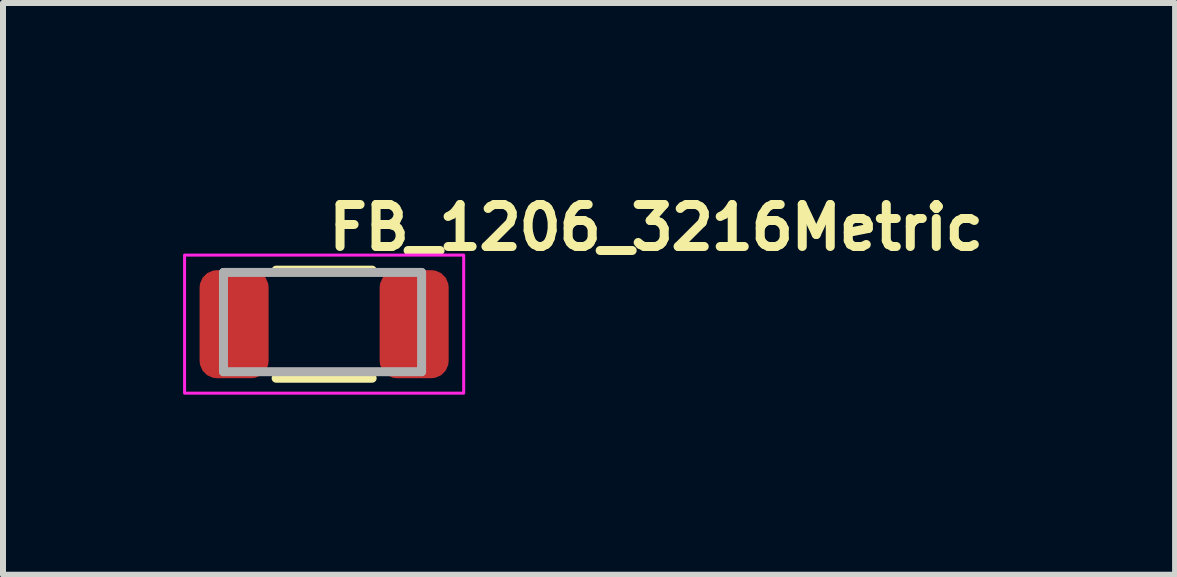
<source format=kicad_pcb>
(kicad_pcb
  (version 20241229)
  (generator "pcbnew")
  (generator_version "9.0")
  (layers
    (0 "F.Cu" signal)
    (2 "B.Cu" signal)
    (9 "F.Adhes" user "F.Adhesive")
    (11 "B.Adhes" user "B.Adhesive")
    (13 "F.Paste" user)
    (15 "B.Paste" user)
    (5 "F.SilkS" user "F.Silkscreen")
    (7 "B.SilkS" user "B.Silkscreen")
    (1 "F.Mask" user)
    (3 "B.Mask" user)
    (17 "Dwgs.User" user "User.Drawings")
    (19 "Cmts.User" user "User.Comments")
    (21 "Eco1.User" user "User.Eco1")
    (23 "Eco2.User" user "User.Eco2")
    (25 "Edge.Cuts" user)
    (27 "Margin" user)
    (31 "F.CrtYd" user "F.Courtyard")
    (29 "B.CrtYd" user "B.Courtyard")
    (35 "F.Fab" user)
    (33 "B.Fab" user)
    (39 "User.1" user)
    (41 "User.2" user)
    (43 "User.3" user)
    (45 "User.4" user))
  (footprint "FB_1206_3216Metric"
    (layer "F.Cu")
    (at 2.35 2.35)
    (property "Reference" "FB_1206_3216Metric" (at 0 -1.2 0) (layer "F.SilkS") (effects (font (size 0.7 0.7) (thickness 0.15)) (justify left bottom)))
    (attr smd)
    (fp_line (start 0.8 -0.899) (end -0.8 -0.899) (stroke (width 0.15) (type solid)) (layer "F.SilkS"))
    (fp_line (start 0.8 0.901) (end -0.8 0.901) (stroke (width 0.15) (type solid)) (layer "F.SilkS"))
    (fp_rect (start -2.325 -1.15) (end 2.325 1.15) (stroke (width 0.05) (type default)) (fill no) (layer "F.CrtYd"))
    (fp_line (start -1.677 -0.861) (end 1.624 -0.861) (stroke (width 0.15) (type solid)) (layer "F.Fab"))
    (fp_line (start -1.677 0.792) (end -1.677 -0.861) (stroke (width 0.15) (type solid)) (layer "F.Fab"))
    (fp_line (start 1.624 -0.861) (end 1.624 0.792) (stroke (width 0.15) (type solid)) (layer "F.Fab"))
    (fp_line (start 1.624 0.792) (end -1.677 0.792) (stroke (width 0.15) (type solid)) (layer "F.Fab"))
    (fp_rect (start -1.589 -0.762) (end 1.588 0.761) (stroke (width 0.1) (type solid)) (fill no) (layer "User.5"))
    (fp_line (start -1.589 -0.762) (end -1.589 -0.653) (stroke (width 0.02) (type solid)) (layer "User.9"))
    (fp_line (start -1.589 -0.762) (end -1.578 -0.762) (stroke (width 0.02) (type solid)) (layer "User.9"))
    (fp_line (start -1.589 -0.654) (end -1.589 -0.653) (stroke (width 0.02) (type solid)) (layer "User.9"))
    (fp_line (start -1.589 -0.653) (end -1.589 -0.762) (stroke (width 0.02) (type solid)) (layer "User.9"))
    (fp_line (start -1.589 -0.653) (end -1.589 -0.653) (stroke (width 0.02) (type solid)) (layer "User.9"))
    (fp_line (start -1.589 -0.653) (end -1.589 -0.653) (stroke (width 0.02) (type solid)) (layer "User.9"))
    (fp_line (start -1.589 -0.653) (end -1.588 -0.652) (stroke (width 0.02) (type solid)) (layer "User.9"))
    (fp_line (start -1.589 -0.25) (end -1.589 -0.653) (stroke (width 0.02) (type solid)) (layer "User.9"))
    (fp_line (start -1.589 -0.25) (end -1.587 -0.252) (stroke (width 0.02) (type solid)) (layer "User.9"))
    (fp_line (start -1.589 0.249) (end -1.587 0.25) (stroke (width 0.02) (type solid)) (layer "User.9"))
    (fp_line (start -1.589 0.249) (end -1.571 0.248) (stroke (width 0.02) (type solid)) (layer "User.9"))
    (fp_line (start -1.589 0.651) (end -1.589 0.652) (stroke (width 0.02) (type solid)) (layer "User.9"))
    (fp_line (start -1.589 0.652) (end -1.589 0.249) (stroke (width 0.02) (type solid)) (layer "User.9"))
    (fp_line (start -1.589 0.652) (end -1.589 0.652) (stroke (width 0.02) (type solid)) (layer "User.9"))
    (fp_line (start -1.589 0.652) (end -1.589 0.652) (stroke (width 0.02) (type solid)) (layer "User.9"))
    (fp_line (start -1.589 0.652) (end -1.589 0.761) (stroke (width 0.02) (type solid)) (layer "User.9"))
    (fp_line (start -1.589 0.652) (end -1.588 0.653) (stroke (width 0.02) (type solid)) (layer "User.9"))
    (fp_line (start -1.589 0.652) (end -1.578 0.652) (stroke (width 0.02) (type solid)) (layer "User.9"))
    (fp_line (start -1.589 0.761) (end -1.589 0.652) (stroke (width 0.02) (type solid)) (layer "User.9"))
    (fp_line (start -1.588 -0.658) (end -1.588 -0.657) (stroke (width 0.02) (type solid)) (layer "User.9"))
    (fp_line (start -1.588 -0.657) (end -1.588 -0.657) (stroke (width 0.02) (type solid)) (layer "User.9"))
    (fp_line (start -1.588 -0.657) (end -1.588 -0.656) (stroke (width 0.02) (type solid)) (layer "User.9"))
    (fp_line (start -1.588 -0.656) (end -1.588 -0.656) (stroke (width 0.02) (type solid)) (layer "User.9"))
    (fp_line (start -1.588 -0.656) (end -1.588 -0.655) (stroke (width 0.02) (type solid)) (layer "User.9"))
    (fp_line (start -1.588 -0.655) (end -1.588 -0.655) (stroke (width 0.02) (type solid)) (layer "User.9"))
    (fp_line (start -1.588 -0.655) (end -1.588 -0.654) (stroke (width 0.02) (type solid)) (layer "User.9"))
    (fp_line (start -1.588 -0.654) (end -1.589 -0.654) (stroke (width 0.02) (type solid)) (layer "User.9"))
    (fp_line (start -1.588 -0.652) (end -1.588 -0.652) (stroke (width 0.02) (type solid)) (layer "User.9"))
    (fp_line (start -1.588 -0.652) (end -1.588 -0.651) (stroke (width 0.02) (type solid)) (layer "User.9"))
    (fp_line (start -1.588 -0.651) (end -1.588 -0.651) (stroke (width 0.02) (type solid)) (layer "User.9"))
    (fp_line (start -1.588 -0.651) (end -1.588 -0.65) (stroke (width 0.02) (type solid)) (layer "User.9"))
    (fp_line (start -1.588 -0.65) (end -1.588 -0.65) (stroke (width 0.02) (type solid)) (layer "User.9"))
    (fp_line (start -1.588 -0.65) (end -1.588 -0.649) (stroke (width 0.02) (type solid)) (layer "User.9"))
    (fp_line (start -1.588 -0.649) (end -1.588 -0.649) (stroke (width 0.02) (type solid)) (layer "User.9"))
    (fp_line (start -1.588 -0.649) (end -1.587 -0.649) (stroke (width 0.02) (type solid)) (layer "User.9"))
    (fp_line (start -1.588 0.647) (end -1.588 0.648) (stroke (width 0.02) (type solid)) (layer "User.9"))
    (fp_line (start -1.588 0.648) (end -1.588 0.648) (stroke (width 0.02) (type solid)) (layer "User.9"))
    (fp_line (start -1.588 0.648) (end -1.588 0.649) (stroke (width 0.02) (type solid)) (layer "User.9"))
    (fp_line (start -1.588 0.649) (end -1.588 0.649) (stroke (width 0.02) (type solid)) (layer "User.9"))
    (fp_line (start -1.588 0.649) (end -1.588 0.65) (stroke (width 0.02) (type solid)) (layer "User.9"))
    (fp_line (start -1.588 0.65) (end -1.588 0.65) (stroke (width 0.02) (type solid)) (layer "User.9"))
    (fp_line (start -1.588 0.65) (end -1.588 0.651) (stroke (width 0.02) (type solid)) (layer "User.9"))
    (fp_line (start -1.588 0.651) (end -1.589 0.651) (stroke (width 0.02) (type solid)) (layer "User.9"))
    (fp_line (start -1.588 0.653) (end -1.588 0.653) (stroke (width 0.02) (type solid)) (layer "User.9"))
    (fp_line (start -1.588 0.653) (end -1.588 0.654) (stroke (width 0.02) (type solid)) (layer "User.9"))
    (fp_line (start -1.588 0.654) (end -1.588 0.654) (stroke (width 0.02) (type solid)) (layer "User.9"))
    (fp_line (start -1.588 0.654) (end -1.588 0.655) (stroke (width 0.02) (type solid)) (layer "User.9"))
    (fp_line (start -1.588 0.655) (end -1.588 0.655) (stroke (width 0.02) (type solid)) (layer "User.9"))
    (fp_line (start -1.588 0.655) (end -1.588 0.656) (stroke (width 0.02) (type solid)) (layer "User.9"))
    (fp_line (start -1.588 0.656) (end -1.588 0.656) (stroke (width 0.02) (type solid)) (layer "User.9"))
    (fp_line (start -1.588 0.656) (end -1.587 0.656) (stroke (width 0.02) (type solid)) (layer "User.9"))
    (fp_line (start -1.587 -0.659) (end -1.587 -0.659) (stroke (width 0.02) (type solid)) (layer "User.9"))
    (fp_line (start -1.587 -0.659) (end -1.587 -0.658) (stroke (width 0.02) (type solid)) (layer "User.9"))
    (fp_line (start -1.587 -0.658) (end -1.588 -0.658) (stroke (width 0.02) (type solid)) (layer "User.9"))
    (fp_line (start -1.587 -0.658) (end -1.587 -0.658) (stroke (width 0.02) (type solid)) (layer "User.9"))
    (fp_line (start -1.587 -0.649) (end -1.587 -0.648) (stroke (width 0.02) (type solid)) (layer "User.9"))
    (fp_line (start -1.587 -0.648) (end -1.587 -0.648) (stroke (width 0.02) (type solid)) (layer "User.9"))
    (fp_line (start -1.587 -0.648) (end -1.587 -0.647) (stroke (width 0.02) (type solid)) (layer "User.9"))
    (fp_line (start -1.587 -0.647) (end -1.586 -0.647) (stroke (width 0.02) (type solid)) (layer "User.9"))
    (fp_line (start -1.587 -0.252) (end -1.589 -0.25) (stroke (width 0.02) (type solid)) (layer "User.9"))
    (fp_line (start -1.587 -0.252) (end -1.585 -0.254) (stroke (width 0.02) (type solid)) (layer "User.9"))
    (fp_line (start -1.587 0.25) (end -1.589 0.249) (stroke (width 0.02) (type solid)) (layer "User.9"))
    (fp_line (start -1.587 0.25) (end -1.585 0.252) (stroke (width 0.02) (type solid)) (layer "User.9"))
    (fp_line (start -1.587 0.646) (end -1.587 0.646) (stroke (width 0.02) (type solid)) (layer "User.9"))
    (fp_line (start -1.587 0.646) (end -1.587 0.647) (stroke (width 0.02) (type solid)) (layer "User.9"))
    (fp_line (start -1.587 0.647) (end -1.588 0.647) (stroke (width 0.02) (type solid)) (layer "User.9"))
    (fp_line (start -1.587 0.647) (end -1.587 0.647) (stroke (width 0.02) (type solid)) (layer "User.9"))
    (fp_line (start -1.587 0.656) (end -1.587 0.657) (stroke (width 0.02) (type solid)) (layer "User.9"))
    (fp_line (start -1.587 0.657) (end -1.587 0.657) (stroke (width 0.02) (type solid)) (layer "User.9"))
    (fp_line (start -1.587 0.657) (end -1.587 0.658) (stroke (width 0.02) (type solid)) (layer "User.9"))
    (fp_line (start -1.587 0.658) (end -1.586 0.658) (stroke (width 0.02) (type solid)) (layer "User.9"))
    (fp_line (start -1.586 -0.66) (end -1.587 -0.659) (stroke (width 0.02) (type solid)) (layer "User.9"))
    (fp_line (start -1.586 -0.66) (end -1.586 -0.66) (stroke (width 0.02) (type solid)) (layer "User.9"))
    (fp_line (start -1.586 -0.66) (end -1.586 -0.66) (stroke (width 0.02) (type solid)) (layer "User.9"))
    (fp_line (start -1.586 -0.647) (end -1.586 -0.647) (stroke (width 0.02) (type solid)) (layer "User.9"))
    (fp_line (start -1.586 -0.647) (end -1.586 -0.646) (stroke (width 0.02) (type solid)) (layer "User.9"))
    (fp_line (start -1.586 -0.646) (end -1.585 -0.646) (stroke (width 0.02) (type solid)) (layer "User.9"))
    (fp_line (start -1.586 0.645) (end -1.587 0.646) (stroke (width 0.02) (type solid)) (layer "User.9"))
    (fp_line (start -1.586 0.645) (end -1.586 0.645) (stroke (width 0.02) (type solid)) (layer "User.9"))
    (fp_line (start -1.586 0.645) (end -1.586 0.645) (stroke (width 0.02) (type solid)) (layer "User.9"))
    (fp_line (start -1.586 0.658) (end -1.586 0.658) (stroke (width 0.02) (type solid)) (layer "User.9"))
    (fp_line (start -1.586 0.658) (end -1.586 0.659) (stroke (width 0.02) (type solid)) (layer "User.9"))
    (fp_line (start -1.586 0.659) (end -1.585 0.659) (stroke (width 0.02) (type solid)) (layer "User.9"))
    (fp_line (start -1.585 -0.661) (end -1.586 -0.66) (stroke (width 0.02) (type solid)) (layer "User.9"))
    (fp_line (start -1.585 -0.661) (end -1.585 -0.661) (stroke (width 0.02) (type solid)) (layer "User.9"))
    (fp_line (start -1.585 -0.661) (end -1.585 -0.661) (stroke (width 0.02) (type solid)) (layer "User.9"))
    (fp_line (start -1.585 -0.646) (end -1.585 -0.646) (stroke (width 0.02) (type solid)) (layer "User.9"))
    (fp_line (start -1.585 -0.646) (end -1.585 -0.645) (stroke (width 0.02) (type solid)) (layer "User.9"))
    (fp_line (start -1.585 -0.645) (end -1.583 -0.645) (stroke (width 0.02) (type solid)) (layer "User.9"))
    (fp_line (start -1.585 -0.254) (end -1.587 -0.252) (stroke (width 0.02) (type solid)) (layer "User.9"))
    (fp_line (start -1.585 -0.254) (end -1.581 -0.258) (stroke (width 0.02) (type solid)) (layer "User.9"))
    (fp_line (start -1.585 0.252) (end -1.587 0.25) (stroke (width 0.02) (type solid)) (layer "User.9"))
    (fp_line (start -1.585 0.252) (end -1.581 0.254) (stroke (width 0.02) (type solid)) (layer "User.9"))
    (fp_line (start -1.585 0.644) (end -1.586 0.645) (stroke (width 0.02) (type solid)) (layer "User.9"))
    (fp_line (start -1.585 0.644) (end -1.585 0.644) (stroke (width 0.02) (type solid)) (layer "User.9"))
    (fp_line (start -1.585 0.644) (end -1.585 0.644) (stroke (width 0.02) (type solid)) (layer "User.9"))
    (fp_line (start -1.585 0.659) (end -1.585 0.659) (stroke (width 0.02) (type solid)) (layer "User.9"))
    (fp_line (start -1.585 0.659) (end -1.585 0.66) (stroke (width 0.02) (type solid)) (layer "User.9"))
    (fp_line (start -1.585 0.66) (end -1.583 0.66) (stroke (width 0.02) (type solid)) (layer "User.9"))
    (fp_line (start -1.583 -0.662) (end -1.585 -0.661) (stroke (width 0.02) (type solid)) (layer "User.9"))
    (fp_line (start -1.583 -0.662) (end -1.583 -0.662) (stroke (width 0.02) (type solid)) (layer "User.9"))
    (fp_line (start -1.583 -0.645) (end -1.583 -0.645) (stroke (width 0.02) (type solid)) (layer "User.9"))
    (fp_line (start -1.583 -0.645) (end -1.582 -0.645) (stroke (width 0.02) (type solid)) (layer "User.9"))
    (fp_line (start -1.583 0.643) (end -1.585 0.644) (stroke (width 0.02) (type solid)) (layer "User.9"))
    (fp_line (start -1.583 0.643) (end -1.583 0.643) (stroke (width 0.02) (type solid)) (layer "User.9"))
    (fp_line (start -1.583 0.66) (end -1.583 0.66) (stroke (width 0.02) (type solid)) (layer "User.9"))
    (fp_line (start -1.583 0.66) (end -1.582 0.66) (stroke (width 0.02) (type solid)) (layer "User.9"))
    (fp_line (start -1.582 -0.662) (end -1.583 -0.662) (stroke (width 0.02) (type solid)) (layer "User.9"))
    (fp_line (start -1.582 -0.662) (end -1.582 -0.662) (stroke (width 0.02) (type solid)) (layer "User.9"))
    (fp_line (start -1.582 -0.645) (end -1.582 -0.644) (stroke (width 0.02) (type solid)) (layer "User.9"))
    (fp_line (start -1.582 -0.644) (end -1.581 -0.644) (stroke (width 0.02) (type solid)) (layer "User.9"))
    (fp_line (start -1.582 0.643) (end -1.583 0.643) (stroke (width 0.02) (type solid)) (layer "User.9"))
    (fp_line (start -1.582 0.643) (end -1.582 0.643) (stroke (width 0.02) (type solid)) (layer "User.9"))
    (fp_line (start -1.582 0.66) (end -1.582 0.661) (stroke (width 0.02) (type solid)) (layer "User.9"))
    (fp_line (start -1.582 0.661) (end -1.581 0.661) (stroke (width 0.02) (type solid)) (layer "User.9"))
    (fp_line (start -1.581 -0.663) (end -1.582 -0.662) (stroke (width 0.02) (type solid)) (layer "User.9"))
    (fp_line (start -1.581 -0.663) (end -1.581 -0.663) (stroke (width 0.02) (type solid)) (layer "User.9"))
    (fp_line (start -1.581 -0.663) (end -1.581 -0.663) (stroke (width 0.02) (type solid)) (layer "User.9"))
    (fp_line (start -1.581 -0.644) (end -1.581 -0.644) (stroke (width 0.02) (type solid)) (layer "User.9"))
    (fp_line (start -1.581 -0.644) (end -1.581 -0.644) (stroke (width 0.02) (type solid)) (layer "User.9"))
    (fp_line (start -1.581 -0.644) (end -1.58 -0.644) (stroke (width 0.02) (type solid)) (layer "User.9"))
    (fp_line (start -1.581 -0.258) (end -1.578 -0.262) (stroke (width 0.02) (type solid)) (layer "User.9"))
    (fp_line (start -1.581 0.254) (end -1.578 0.258) (stroke (width 0.02) (type solid)) (layer "User.9"))
    (fp_line (start -1.581 0.642) (end -1.582 0.643) (stroke (width 0.02) (type solid)) (layer "User.9"))
    (fp_line (start -1.581 0.642) (end -1.581 0.642) (stroke (width 0.02) (type solid)) (layer "User.9"))
    (fp_line (start -1.581 0.642) (end -1.581 0.642) (stroke (width 0.02) (type solid)) (layer "User.9"))
    (fp_line (start -1.581 0.661) (end -1.581 0.661) (stroke (width 0.02) (type solid)) (layer "User.9"))
    (fp_line (start -1.581 0.661) (end -1.581 0.661) (stroke (width 0.02) (type solid)) (layer "User.9"))
    (fp_line (start -1.581 0.661) (end -1.58 0.661) (stroke (width 0.02) (type solid)) (layer "User.9"))
    (fp_line (start -1.58 -0.663) (end -1.581 -0.663) (stroke (width 0.02) (type solid)) (layer "User.9"))
    (fp_line (start -1.58 -0.663) (end -1.58 -0.663) (stroke (width 0.02) (type solid)) (layer "User.9"))
    (fp_line (start -1.58 -0.644) (end -1.58 -0.644) (stroke (width 0.02) (type solid)) (layer "User.9"))
    (fp_line (start -1.58 -0.644) (end -1.579 -0.643) (stroke (width 0.02) (type solid)) (layer "User.9"))
    (fp_line (start -1.58 0.642) (end -1.581 0.642) (stroke (width 0.02) (type solid)) (layer "User.9"))
    (fp_line (start -1.58 0.642) (end -1.58 0.642) (stroke (width 0.02) (type solid)) (layer "User.9"))
    (fp_line (start -1.58 0.661) (end -1.58 0.661) (stroke (width 0.02) (type solid)) (layer "User.9"))
    (fp_line (start -1.58 0.661) (end -1.579 0.662) (stroke (width 0.02) (type solid)) (layer "User.9"))
    (fp_line (start -1.579 -0.663) (end -1.58 -0.663) (stroke (width 0.02) (type solid)) (layer "User.9"))
    (fp_line (start -1.579 -0.663) (end -1.579 -0.663) (stroke (width 0.02) (type solid)) (layer "User.9"))
    (fp_line (start -1.579 -0.643) (end -1.579 -0.643) (stroke (width 0.02) (type solid)) (layer "User.9"))
    (fp_line (start -1.579 -0.643) (end -1.578 -0.643) (stroke (width 0.02) (type solid)) (layer "User.9"))
    (fp_line (start -1.579 -0.25) (end -1.589 -0.25) (stroke (width 0.02) (type solid)) (layer "User.9"))
    (fp_line (start -1.579 0.642) (end -1.58 0.642) (stroke (width 0.02) (type solid)) (layer "User.9"))
    (fp_line (start -1.579 0.642) (end -1.579 0.642) (stroke (width 0.02) (type solid)) (layer "User.9"))
    (fp_line (start -1.579 0.662) (end -1.579 0.662) (stroke (width 0.02) (type solid)) (layer "User.9"))
    (fp_line (start -1.579 0.662) (end -1.578 0.662) (stroke (width 0.02) (type solid)) (layer "User.9"))
    (fp_line (start -1.578 -0.762) (end -1.538 -0.762) (stroke (width 0.02) (type solid)) (layer "User.9"))
    (fp_line (start -1.578 -0.663) (end -1.579 -0.663) (stroke (width 0.02) (type solid)) (layer "User.9"))
    (fp_line (start -1.578 -0.663) (end -1.578 -0.663) (stroke (width 0.02) (type solid)) (layer "User.9"))
    (fp_line (start -1.578 -0.663) (end -1.578 -0.663) (stroke (width 0.02) (type solid)) (layer "User.9"))
    (fp_line (start -1.578 -0.663) (end -1.578 -0.653) (stroke (width 0.02) (type solid)) (layer "User.9"))
    (fp_line (start -1.578 -0.663) (end -0.929 -0.663) (stroke (width 0.02) (type solid)) (layer "User.9"))
    (fp_line (start -1.578 -0.653) (end -1.589 -0.653) (stroke (width 0.02) (type solid)) (layer "User.9"))
    (fp_line (start -1.578 -0.643) (end -1.578 -0.643) (stroke (width 0.02) (type solid)) (layer "User.9"))
    (fp_line (start -1.578 -0.643) (end -1.578 -0.643) (stroke (width 0.02) (type solid)) (layer "User.9"))
    (fp_line (start -1.578 -0.643) (end -1.577 -0.643) (stroke (width 0.02) (type solid)) (layer "User.9"))
    (fp_line (start -1.578 -0.262) (end -1.585 -0.254) (stroke (width 0.02) (type solid)) (layer "User.9"))
    (fp_line (start -1.578 0.258) (end -1.585 0.252) (stroke (width 0.02) (type solid)) (layer "User.9"))
    (fp_line (start -1.578 0.642) (end -1.579 0.642) (stroke (width 0.02) (type solid)) (layer "User.9"))
    (fp_line (start -1.578 0.642) (end -1.578 0.642) (stroke (width 0.02) (type solid)) (layer "User.9"))
    (fp_line (start -1.578 0.642) (end -1.578 0.642) (stroke (width 0.02) (type solid)) (layer "User.9"))
    (fp_line (start -1.578 0.652) (end -1.578 0.662) (stroke (width 0.02) (type solid)) (layer "User.9"))
    (fp_line (start -1.578 0.662) (end -1.578 0.662) (stroke (width 0.02) (type solid)) (layer "User.9"))
    (fp_line (start -1.578 0.662) (end -1.578 0.662) (stroke (width 0.02) (type solid)) (layer "User.9"))
    (fp_line (start -1.578 0.662) (end -1.577 0.662) (stroke (width 0.02) (type solid)) (layer "User.9"))
    (fp_line (start -1.578 0.761) (end -1.589 0.761) (stroke (width 0.02) (type solid)) (layer "User.9"))
    (fp_line (start -1.577 -0.663) (end -1.578 -0.663) (stroke (width 0.02) (type solid)) (layer "User.9"))
    (fp_line (start -1.577 -0.663) (end -1.577 -0.663) (stroke (width 0.02) (type solid)) (layer "User.9"))
    (fp_line (start -1.577 -0.643) (end -1.577 -0.643) (stroke (width 0.02) (type solid)) (layer "User.9"))
    (fp_line (start -1.577 -0.643) (end -1.576 -0.643) (stroke (width 0.02) (type solid)) (layer "User.9"))
    (fp_line (start -1.577 0.642) (end -1.578 0.642) (stroke (width 0.02) (type solid)) (layer "User.9"))
    (fp_line (start -1.577 0.642) (end -1.577 0.642) (stroke (width 0.02) (type solid)) (layer "User.9"))
    (fp_line (start -1.577 0.662) (end -1.577 0.662) (stroke (width 0.02) (type solid)) (layer "User.9"))
    (fp_line (start -1.577 0.662) (end -1.576 0.662) (stroke (width 0.02) (type solid)) (layer "User.9"))
    (fp_line (start -1.576 -0.663) (end -1.577 -0.663) (stroke (width 0.02) (type solid)) (layer "User.9"))
    (fp_line (start -1.576 -0.663) (end -1.576 -0.663) (stroke (width 0.02) (type solid)) (layer "User.9"))
    (fp_line (start -1.576 -0.644) (end -1.575 -0.644) (stroke (width 0.02) (type solid)) (layer "User.9"))
    (fp_line (start -1.576 -0.643) (end -1.576 -0.644) (stroke (width 0.02) (type solid)) (layer "User.9"))
    (fp_line (start -1.576 0.642) (end -1.577 0.642) (stroke (width 0.02) (type solid)) (layer "User.9"))
    (fp_line (start -1.576 0.642) (end -1.576 0.642) (stroke (width 0.02) (type solid)) (layer "User.9"))
    (fp_line (start -1.576 0.661) (end -1.575 0.661) (stroke (width 0.02) (type solid)) (layer "User.9"))
    (fp_line (start -1.576 0.662) (end -1.576 0.661) (stroke (width 0.02) (type solid)) (layer "User.9"))
    (fp_line (start -1.575 -0.663) (end -1.576 -0.663) (stroke (width 0.02) (type solid)) (layer "User.9"))
    (fp_line (start -1.575 -0.663) (end -1.575 -0.663) (stroke (width 0.02) (type solid)) (layer "User.9"))
    (fp_line (start -1.575 -0.644) (end -1.575 -0.644) (stroke (width 0.02) (type solid)) (layer "User.9"))
    (fp_line (start -1.575 -0.644) (end -1.574 -0.644) (stroke (width 0.02) (type solid)) (layer "User.9"))
    (fp_line (start -1.575 0.642) (end -1.576 0.642) (stroke (width 0.02) (type solid)) (layer "User.9"))
    (fp_line (start -1.575 0.642) (end -1.575 0.642) (stroke (width 0.02) (type solid)) (layer "User.9"))
    (fp_line (start -1.575 0.661) (end -1.575 0.661) (stroke (width 0.02) (type solid)) (layer "User.9"))
    (fp_line (start -1.575 0.661) (end -1.574 0.661) (stroke (width 0.02) (type solid)) (layer "User.9"))
    (fp_line (start -1.574 -0.663) (end -1.575 -0.663) (stroke (width 0.02) (type solid)) (layer "User.9"))
    (fp_line (start -1.574 -0.663) (end -1.574 -0.663) (stroke (width 0.02) (type solid)) (layer "User.9"))
    (fp_line (start -1.574 -0.644) (end -1.574 -0.644) (stroke (width 0.02) (type solid)) (layer "User.9"))
    (fp_line (start -1.574 -0.644) (end -1.573 -0.644) (stroke (width 0.02) (type solid)) (layer "User.9"))
    (fp_line (start -1.574 0.642) (end -1.575 0.642) (stroke (width 0.02) (type solid)) (layer "User.9"))
    (fp_line (start -1.574 0.642) (end -1.574 0.642) (stroke (width 0.02) (type solid)) (layer "User.9"))
    (fp_line (start -1.574 0.661) (end -1.574 0.661) (stroke (width 0.02) (type solid)) (layer "User.9"))
    (fp_line (start -1.574 0.661) (end -1.573 0.661) (stroke (width 0.02) (type solid)) (layer "User.9"))
    (fp_line (start -1.573 -0.662) (end -1.574 -0.663) (stroke (width 0.02) (type solid)) (layer "User.9"))
    (fp_line (start -1.573 -0.662) (end -1.573 -0.662) (stroke (width 0.02) (type solid)) (layer "User.9"))
    (fp_line (start -1.573 -0.645) (end -1.572 -0.645) (stroke (width 0.02) (type solid)) (layer "User.9"))
    (fp_line (start -1.573 -0.644) (end -1.573 -0.645) (stroke (width 0.02) (type solid)) (layer "User.9"))
    (fp_line (start -1.573 0.643) (end -1.574 0.642) (stroke (width 0.02) (type solid)) (layer "User.9"))
    (fp_line (start -1.573 0.643) (end -1.573 0.643) (stroke (width 0.02) (type solid)) (layer "User.9"))
    (fp_line (start -1.573 0.66) (end -1.572 0.66) (stroke (width 0.02) (type solid)) (layer "User.9"))
    (fp_line (start -1.573 0.661) (end -1.573 0.66) (stroke (width 0.02) (type solid)) (layer "User.9"))
    (fp_line (start -1.572 -0.662) (end -1.573 -0.662) (stroke (width 0.02) (type solid)) (layer "User.9"))
    (fp_line (start -1.572 -0.662) (end -1.572 -0.662) (stroke (width 0.02) (type solid)) (layer "User.9"))
    (fp_line (start -1.572 -0.661) (end -1.572 -0.662) (stroke (width 0.02) (type solid)) (layer "User.9"))
    (fp_line (start -1.572 -0.645) (end -1.572 -0.645) (stroke (width 0.02) (type solid)) (layer "User.9"))
    (fp_line (start -1.572 -0.645) (end -1.572 -0.645) (stroke (width 0.02) (type solid)) (layer "User.9"))
    (fp_line (start -1.572 -0.645) (end -1.571 -0.646) (stroke (width 0.02) (type solid)) (layer "User.9"))
    (fp_line (start -1.572 0.643) (end -1.573 0.643) (stroke (width 0.02) (type solid)) (layer "User.9"))
    (fp_line (start -1.572 0.643) (end -1.572 0.643) (stroke (width 0.02) (type solid)) (layer "User.9"))
    (fp_line (start -1.572 0.644) (end -1.572 0.643) (stroke (width 0.02) (type solid)) (layer "User.9"))
    (fp_line (start -1.572 0.66) (end -1.572 0.66) (stroke (width 0.02) (type solid)) (layer "User.9"))
    (fp_line (start -1.572 0.66) (end -1.572 0.66) (stroke (width 0.02) (type solid)) (layer "User.9"))
    (fp_line (start -1.572 0.66) (end -1.571 0.659) (stroke (width 0.02) (type solid)) (layer "User.9"))
    (fp_line (start -1.571 -0.661) (end -1.572 -0.661) (stroke (width 0.02) (type solid)) (layer "User.9"))
    (fp_line (start -1.571 -0.661) (end -1.571 -0.661) (stroke (width 0.02) (type solid)) (layer "User.9"))
    (fp_line (start -1.571 -0.646) (end -1.571 -0.646) (stroke (width 0.02) (type solid)) (layer "User.9"))
    (fp_line (start -1.571 -0.646) (end -1.57 -0.646) (stroke (width 0.02) (type solid)) (layer "User.9"))
    (fp_line (start -1.571 -0.25) (end -1.579 -0.25) (stroke (width 0.02) (type solid)) (layer "User.9"))
    (fp_line (start -1.571 0.248) (end -1.555 0.247) (stroke (width 0.02) (type solid)) (layer "User.9"))
    (fp_line (start -1.571 0.644) (end -1.572 0.644) (stroke (width 0.02) (type solid)) (layer "User.9"))
    (fp_line (start -1.571 0.644) (end -1.571 0.644) (stroke (width 0.02) (type solid)) (layer "User.9"))
    (fp_line (start -1.571 0.659) (end -1.571 0.659) (stroke (width 0.02) (type solid)) (layer "User.9"))
    (fp_line (start -1.571 0.659) (end -1.57 0.659) (stroke (width 0.02) (type solid)) (layer "User.9"))
    (fp_line (start -1.57 -0.66) (end -1.571 -0.661) (stroke (width 0.02) (type solid)) (layer "User.9"))
    (fp_line (start -1.57 -0.66) (end -1.57 -0.66) (stroke (width 0.02) (type solid)) (layer "User.9"))
    (fp_line (start -1.57 -0.66) (end -1.57 -0.66) (stroke (width 0.02) (type solid)) (layer "User.9"))
    (fp_line (start -1.57 -0.659) (end -1.57 -0.66) (stroke (width 0.02) (type solid)) (layer "User.9"))
    (fp_line (start -1.57 -0.647) (end -1.57 -0.647) (stroke (width 0.02) (type solid)) (layer "User.9"))
    (fp_line (start -1.57 -0.647) (end -1.57 -0.647) (stroke (width 0.02) (type solid)) (layer "User.9"))
    (fp_line (start -1.57 -0.647) (end -1.569 -0.648) (stroke (width 0.02) (type solid)) (layer "User.9"))
    (fp_line (start -1.57 -0.646) (end -1.57 -0.647) (stroke (width 0.02) (type solid)) (layer "User.9"))
    (fp_line (start -1.57 0.645) (end -1.571 0.644) (stroke (width 0.02) (type solid)) (layer "User.9"))
    (fp_line (start -1.57 0.645) (end -1.57 0.645) (stroke (width 0.02) (type solid)) (layer "User.9"))
    (fp_line (start -1.57 0.645) (end -1.57 0.645) (stroke (width 0.02) (type solid)) (layer "User.9"))
    (fp_line (start -1.57 0.646) (end -1.57 0.645) (stroke (width 0.02) (type solid)) (layer "User.9"))
    (fp_line (start -1.57 0.658) (end -1.57 0.658) (stroke (width 0.02) (type solid)) (layer "User.9"))
    (fp_line (start -1.57 0.658) (end -1.57 0.658) (stroke (width 0.02) (type solid)) (layer "User.9"))
    (fp_line (start -1.57 0.658) (end -1.569 0.657) (stroke (width 0.02) (type solid)) (layer "User.9"))
    (fp_line (start -1.57 0.659) (end -1.57 0.658) (stroke (width 0.02) (type solid)) (layer "User.9"))
    (fp_line (start -1.569 -0.659) (end -1.57 -0.659) (stroke (width 0.02) (type solid)) (layer "User.9"))
    (fp_line (start -1.569 -0.658) (end -1.569 -0.659) (stroke (width 0.02) (type solid)) (layer "User.9"))
    (fp_line (start -1.569 -0.658) (end -1.569 -0.658) (stroke (width 0.02) (type solid)) (layer "User.9"))
    (fp_line (start -1.569 -0.658) (end -1.569 -0.658) (stroke (width 0.02) (type solid)) (layer "User.9"))
    (fp_line (start -1.569 -0.649) (end -1.569 -0.649) (stroke (width 0.02) (type solid)) (layer "User.9"))
    (fp_line (start -1.569 -0.649) (end -1.568 -0.649) (stroke (width 0.02) (type solid)) (layer "User.9"))
    (fp_line (start -1.569 -0.648) (end -1.569 -0.649) (stroke (width 0.02) (type solid)) (layer "User.9"))
    (fp_line (start -1.569 -0.648) (end -1.569 -0.648) (stroke (width 0.02) (type solid)) (layer "User.9"))
    (fp_line (start -1.569 0.646) (end -1.57 0.646) (stroke (width 0.02) (type solid)) (layer "User.9"))
    (fp_line (start -1.569 0.647) (end -1.569 0.646) (stroke (width 0.02) (type solid)) (layer "User.9"))
    (fp_line (start -1.569 0.647) (end -1.569 0.647) (stroke (width 0.02) (type solid)) (layer "User.9"))
    (fp_line (start -1.569 0.647) (end -1.569 0.647) (stroke (width 0.02) (type solid)) (layer "User.9"))
    (fp_line (start -1.569 0.656) (end -1.569 0.656) (stroke (width 0.02) (type solid)) (layer "User.9"))
    (fp_line (start -1.569 0.656) (end -1.568 0.656) (stroke (width 0.02) (type solid)) (layer "User.9"))
    (fp_line (start -1.569 0.657) (end -1.569 0.656) (stroke (width 0.02) (type solid)) (layer "User.9"))
    (fp_line (start -1.569 0.657) (end -1.569 0.657) (stroke (width 0.02) (type solid)) (layer "User.9"))
    (fp_line (start -1.568 -0.657) (end -1.569 -0.658) (stroke (width 0.02) (type solid)) (layer "User.9"))
    (fp_line (start -1.568 -0.657) (end -1.568 -0.657) (stroke (width 0.02) (type solid)) (layer "User.9"))
    (fp_line (start -1.568 -0.656) (end -1.568 -0.657) (stroke (width 0.02) (type solid)) (layer "User.9"))
    (fp_line (start -1.568 -0.656) (end -1.568 -0.656) (stroke (width 0.02) (type solid)) (layer "User.9"))
    (fp_line (start -1.568 -0.655) (end -1.568 -0.656) (stroke (width 0.02) (type solid)) (layer "User.9"))
    (fp_line (start -1.568 -0.655) (end -1.568 -0.655) (stroke (width 0.02) (type solid)) (layer "User.9"))
    (fp_line (start -1.568 -0.654) (end -1.568 -0.655) (stroke (width 0.02) (type solid)) (layer "User.9"))
    (fp_line (start -1.568 -0.654) (end -1.568 -0.654) (stroke (width 0.02) (type solid)) (layer "User.9"))
    (fp_line (start -1.568 -0.653) (end -1.568 -0.654) (stroke (width 0.02) (type solid)) (layer "User.9"))
    (fp_line (start -1.568 -0.653) (end -1.568 -0.653) (stroke (width 0.02) (type solid)) (layer "User.9"))
    (fp_line (start -1.568 -0.653) (end -1.568 -0.653) (stroke (width 0.02) (type solid)) (layer "User.9"))
    (fp_line (start -1.568 -0.653) (end -1.568 -0.653) (stroke (width 0.02) (type solid)) (layer "User.9"))
    (fp_line (start -1.568 -0.652) (end -1.568 -0.653) (stroke (width 0.02) (type solid)) (layer "User.9"))
    (fp_line (start -1.568 -0.652) (end -1.568 -0.652) (stroke (width 0.02) (type solid)) (layer "User.9"))
    (fp_line (start -1.568 -0.651) (end -1.568 -0.652) (stroke (width 0.02) (type solid)) (layer "User.9"))
    (fp_line (start -1.568 -0.651) (end -1.568 -0.651) (stroke (width 0.02) (type solid)) (layer "User.9"))
    (fp_line (start -1.568 -0.65) (end -1.568 -0.651) (stroke (width 0.02) (type solid)) (layer "User.9"))
    (fp_line (start -1.568 -0.65) (end -1.568 -0.65) (stroke (width 0.02) (type solid)) (layer "User.9"))
    (fp_line (start -1.568 -0.649) (end -1.568 -0.65) (stroke (width 0.02) (type solid)) (layer "User.9"))
    (fp_line (start -1.568 0.648) (end -1.569 0.647) (stroke (width 0.02) (type solid)) (layer "User.9"))
    (fp_line (start -1.568 0.648) (end -1.568 0.648) (stroke (width 0.02) (type solid)) (layer "User.9"))
    (fp_line (start -1.568 0.649) (end -1.568 0.648) (stroke (width 0.02) (type solid)) (layer "User.9"))
    (fp_line (start -1.568 0.649) (end -1.568 0.649) (stroke (width 0.02) (type solid)) (layer "User.9"))
    (fp_line (start -1.568 0.65) (end -1.568 0.649) (stroke (width 0.02) (type solid)) (layer "User.9"))
    (fp_line (start -1.568 0.65) (end -1.568 0.65) (stroke (width 0.02) (type solid)) (layer "User.9"))
    (fp_line (start -1.568 0.651) (end -1.568 0.65) (stroke (width 0.02) (type solid)) (layer "User.9"))
    (fp_line (start -1.568 0.651) (end -1.568 0.651) (stroke (width 0.02) (type solid)) (layer "User.9"))
    (fp_line (start -1.568 0.652) (end -1.568 0.651) (stroke (width 0.02) (type solid)) (layer "User.9"))
    (fp_line (start -1.568 0.652) (end -1.568 0.652) (stroke (width 0.02) (type solid)) (layer "User.9"))
    (fp_line (start -1.568 0.652) (end -1.568 0.652) (stroke (width 0.02) (type solid)) (layer "User.9"))
    (fp_line (start -1.568 0.652) (end -1.568 0.652) (stroke (width 0.02) (type solid)) (layer "User.9"))
    (fp_line (start -1.568 0.653) (end -1.568 0.652) (stroke (width 0.02) (type solid)) (layer "User.9"))
    (fp_line (start -1.568 0.653) (end -1.568 0.653) (stroke (width 0.02) (type solid)) (layer "User.9"))
    (fp_line (start -1.568 0.654) (end -1.568 0.653) (stroke (width 0.02) (type solid)) (layer "User.9"))
    (fp_line (start -1.568 0.654) (end -1.568 0.654) (stroke (width 0.02) (type solid)) (layer "User.9"))
    (fp_line (start -1.568 0.655) (end -1.568 0.654) (stroke (width 0.02) (type solid)) (layer "User.9"))
    (fp_line (start -1.568 0.655) (end -1.568 0.655) (stroke (width 0.02) (type solid)) (layer "User.9"))
    (fp_line (start -1.568 0.656) (end -1.568 0.655) (stroke (width 0.02) (type solid)) (layer "User.9"))
    (fp_line (start -1.564 -0.25) (end -1.571 -0.25) (stroke (width 0.02) (type solid)) (layer "User.9"))
    (fp_line (start -1.555 -0.249) (end -1.564 -0.25) (stroke (width 0.02) (type solid)) (layer "User.9"))
    (fp_line (start -1.555 0.247) (end -1.538 0.244) (stroke (width 0.02) (type solid)) (layer "User.9"))
    (fp_line (start -1.546 -0.248) (end -1.555 -0.249) (stroke (width 0.02) (type solid)) (layer "User.9"))
    (fp_line (start -1.538 -0.762) (end -1.538 -0.663) (stroke (width 0.02) (type solid)) (layer "User.9"))
    (fp_line (start -1.538 -0.762) (end -1.538 -0.663) (stroke (width 0.02) (type solid)) (layer "User.9"))
    (fp_line (start -1.538 -0.246) (end -1.546 -0.248) (stroke (width 0.02) (type solid)) (layer "User.9"))
    (fp_line (start -1.538 0.244) (end -1.522 0.24) (stroke (width 0.02) (type solid)) (layer "User.9"))
    (fp_line (start -1.538 0.662) (end -1.538 0.761) (stroke (width 0.02) (type solid)) (layer "User.9"))
    (fp_line (start -1.538 0.662) (end -1.538 0.761) (stroke (width 0.02) (type solid)) (layer "User.9"))
    (fp_line (start -1.538 0.761) (end -1.578 0.761) (stroke (width 0.02) (type solid)) (layer "User.9"))
    (fp_line (start -1.538 0.761) (end 1.536 0.761) (stroke (width 0.02) (type solid)) (layer "User.9"))
    (fp_line (start -1.53 -0.245) (end -1.538 -0.246) (stroke (width 0.02) (type solid)) (layer "User.9"))
    (fp_line (start -1.522 -0.243) (end -1.53 -0.245) (stroke (width 0.02) (type solid)) (layer "User.9"))
    (fp_line (start -1.522 0.24) (end -1.506 0.235) (stroke (width 0.02) (type solid)) (layer "User.9"))
    (fp_line (start -1.514 -0.241) (end -1.522 -0.243) (stroke (width 0.02) (type solid)) (layer "User.9"))
    (fp_line (start -1.506 -0.239) (end -1.514 -0.241) (stroke (width 0.02) (type solid)) (layer "User.9"))
    (fp_line (start -1.506 0.235) (end -1.492 0.23) (stroke (width 0.02) (type solid)) (layer "User.9"))
    (fp_line (start -1.5 -0.236) (end -1.506 -0.239) (stroke (width 0.02) (type solid)) (layer "User.9"))
    (fp_line (start -1.492 -0.233) (end -1.5 -0.236) (stroke (width 0.02) (type solid)) (layer "User.9"))
    (fp_line (start -1.492 0.23) (end -1.478 0.223) (stroke (width 0.02) (type solid)) (layer "User.9"))
    (fp_line (start -1.484 -0.23) (end -1.492 -0.233) (stroke (width 0.02) (type solid)) (layer "User.9"))
    (fp_line (start -1.478 -0.225) (end -1.484 -0.23) (stroke (width 0.02) (type solid)) (layer "User.9"))
    (fp_line (start -1.478 0.223) (end -1.464 0.214) (stroke (width 0.02) (type solid)) (layer "User.9"))
    (fp_line (start -1.47 -0.222) (end -1.478 -0.225) (stroke (width 0.02) (type solid)) (layer "User.9"))
    (fp_line (start -1.464 -0.218) (end -1.47 -0.222) (stroke (width 0.02) (type solid)) (layer "User.9"))
    (fp_line (start -1.464 0.214) (end -1.449 0.206) (stroke (width 0.02) (type solid)) (layer "User.9"))
    (fp_line (start -1.457 -0.214) (end -1.464 -0.218) (stroke (width 0.02) (type solid)) (layer "User.9"))
    (fp_line (start -1.449 -0.21) (end -1.457 -0.214) (stroke (width 0.02) (type solid)) (layer "User.9"))
    (fp_line (start -1.449 0.206) (end -1.436 0.197) (stroke (width 0.02) (type solid)) (layer "User.9"))
    (fp_line (start -1.443 -0.206) (end -1.449 -0.21) (stroke (width 0.02) (type solid)) (layer "User.9"))
    (fp_line (start -1.436 -0.201) (end -1.443 -0.206) (stroke (width 0.02) (type solid)) (layer "User.9"))
    (fp_line (start -1.436 0.197) (end -1.423 0.186) (stroke (width 0.02) (type solid)) (layer "User.9"))
    (fp_line (start -1.43 -0.196) (end -1.436 -0.201) (stroke (width 0.02) (type solid)) (layer "User.9"))
    (fp_line (start -1.423 -0.19) (end -1.43 -0.196) (stroke (width 0.02) (type solid)) (layer "User.9"))
    (fp_line (start -1.423 0.186) (end -1.412 0.175) (stroke (width 0.02) (type solid)) (layer "User.9"))
    (fp_line (start -1.418 -0.184) (end -1.423 -0.19) (stroke (width 0.02) (type solid)) (layer "User.9"))
    (fp_line (start -1.412 -0.179) (end -1.418 -0.184) (stroke (width 0.02) (type solid)) (layer "User.9"))
    (fp_line (start -1.412 0.175) (end -1.401 0.164) (stroke (width 0.02) (type solid)) (layer "User.9"))
    (fp_line (start -1.405 -0.174) (end -1.412 -0.179) (stroke (width 0.02) (type solid)) (layer "User.9"))
    (fp_line (start -1.401 -0.168) (end -1.405 -0.174) (stroke (width 0.02) (type solid)) (layer "User.9"))
    (fp_line (start -1.401 0.164) (end -1.389 0.15) (stroke (width 0.02) (type solid)) (layer "User.9"))
    (fp_line (start -1.395 -0.16) (end -1.401 -0.168) (stroke (width 0.02) (type solid)) (layer "User.9"))
    (fp_line (start -1.389 -0.154) (end -1.395 -0.16) (stroke (width 0.02) (type solid)) (layer "User.9"))
    (fp_line (start -1.389 0.15) (end -1.381 0.138) (stroke (width 0.02) (type solid)) (layer "User.9"))
    (fp_line (start -1.385 -0.148) (end -1.389 -0.154) (stroke (width 0.02) (type solid)) (layer "User.9"))
    (fp_line (start -1.381 -0.14) (end -1.385 -0.148) (stroke (width 0.02) (type solid)) (layer "User.9"))
    (fp_line (start -1.381 0.138) (end -1.371 0.123) (stroke (width 0.02) (type solid)) (layer "User.9"))
    (fp_line (start -1.375 -0.134) (end -1.381 -0.14) (stroke (width 0.02) (type solid)) (layer "User.9"))
    (fp_line (start -1.371 -0.126) (end -1.375 -0.134) (stroke (width 0.02) (type solid)) (layer "User.9"))
    (fp_line (start -1.371 -0.126) (end -1.371 -0.126) (stroke (width 0.02) (type solid)) (layer "User.9"))
    (fp_line (start -1.371 0.123) (end -1.371 0.123) (stroke (width 0.02) (type solid)) (layer "User.9"))
    (fp_line (start -1.371 0.123) (end -1.363 0.109) (stroke (width 0.02) (type solid)) (layer "User.9"))
    (fp_line (start -1.363 -0.112) (end -1.371 -0.126) (stroke (width 0.02) (type solid)) (layer "User.9"))
    (fp_line (start -1.363 0.109) (end -1.356 0.094) (stroke (width 0.02) (type solid)) (layer "User.9"))
    (fp_line (start -1.356 -0.097) (end -1.363 -0.112) (stroke (width 0.02) (type solid)) (layer "User.9"))
    (fp_line (start -1.356 0.094) (end -1.351 0.079) (stroke (width 0.02) (type solid)) (layer "User.9"))
    (fp_line (start -1.351 -0.081) (end -1.356 -0.097) (stroke (width 0.02) (type solid)) (layer "User.9"))
    (fp_line (start -1.351 0.079) (end -1.346 0.063) (stroke (width 0.02) (type solid)) (layer "User.9"))
    (fp_line (start -1.346 -0.065) (end -1.351 -0.081) (stroke (width 0.02) (type solid)) (layer "User.9"))
    (fp_line (start -1.346 0.063) (end -1.342 0.047) (stroke (width 0.02) (type solid)) (layer "User.9"))
    (fp_line (start -1.342 -0.05) (end -1.346 -0.065) (stroke (width 0.02) (type solid)) (layer "User.9"))
    (fp_line (start -1.342 0.047) (end -1.341 0.031) (stroke (width 0.02) (type solid)) (layer "User.9"))
    (fp_line (start -1.341 -0.034) (end -1.342 -0.05) (stroke (width 0.02) (type solid)) (layer "User.9"))
    (fp_line (start -1.341 0.031) (end -1.338 0.015) (stroke (width 0.02) (type solid)) (layer "User.9"))
    (fp_line (start -1.338 -0.017) (end -1.341 -0.034) (stroke (width 0.02) (type solid)) (layer "User.9"))
    (fp_line (start -1.338 -0.001) (end -1.338 -0.017) (stroke (width 0.02) (type solid)) (layer "User.9"))
    (fp_line (start -1.338 0.015) (end -1.338 -0.001) (stroke (width 0.02) (type solid)) (layer "User.9"))
    (fp_line (start -0.939 -0.653) (end -0.929 -0.663) (stroke (width 0.02) (type solid)) (layer "User.9"))
    (fp_line (start -0.939 0.652) (end -0.929 0.662) (stroke (width 0.02) (type solid)) (layer "User.9"))
    (fp_line (start -0.929 -0.663) (end -0.929 0.662) (stroke (width 0.02) (type solid)) (layer "User.9"))
    (fp_line (start -0.929 0.662) (end -1.578 0.662) (stroke (width 0.02) (type solid)) (layer "User.9"))
    (fp_line (start 0.927 -0.663) (end 0.927 0.662) (stroke (width 0.02) (type solid)) (layer "User.9"))
    (fp_line (start 0.927 0.662) (end 1.576 0.662) (stroke (width 0.02) (type solid)) (layer "User.9"))
    (fp_line (start 0.938 -0.653) (end 0.927 -0.663) (stroke (width 0.02) (type solid)) (layer "User.9"))
    (fp_line (start 0.938 0.652) (end 0.927 0.662) (stroke (width 0.02) (type solid)) (layer "User.9"))
    (fp_line (start 1.338 -0.024) (end 1.339 -0.034) (stroke (width 0.02) (type solid)) (layer "User.9"))
    (fp_line (start 1.338 -0.017) (end 1.339 -0.034) (stroke (width 0.02) (type solid)) (layer "User.9"))
    (fp_line (start 1.338 -0.013) (end 1.338 -0.024) (stroke (width 0.02) (type solid)) (layer "User.9"))
    (fp_line (start 1.338 -0.001) (end 1.338 -0.017) (stroke (width 0.02) (type solid)) (layer "User.9"))
    (fp_line (start 1.338 -0.001) (end 1.338 -0.013) (stroke (width 0.02) (type solid)) (layer "User.9"))
    (fp_line (start 1.338 -0.001) (end 1.338 -0.001) (stroke (width 0.02) (type solid)) (layer "User.9"))
    (fp_line (start 1.338 0.009) (end 1.338 -0.001) (stroke (width 0.02) (type solid)) (layer "User.9"))
    (fp_line (start 1.338 0.015) (end 1.338 -0.001) (stroke (width 0.02) (type solid)) (layer "User.9"))
    (fp_line (start 1.338 0.02) (end 1.338 0.009) (stroke (width 0.02) (type solid)) (layer "User.9"))
    (fp_line (start 1.339 -0.034) (end 1.342 -0.05) (stroke (width 0.02) (type solid)) (layer "User.9"))
    (fp_line (start 1.339 -0.034) (end 1.342 -0.045) (stroke (width 0.02) (type solid)) (layer "User.9"))
    (fp_line (start 1.339 0.031) (end 1.338 0.015) (stroke (width 0.02) (type solid)) (layer "User.9"))
    (fp_line (start 1.339 0.032) (end 1.338 0.02) (stroke (width 0.02) (type solid)) (layer "User.9"))
    (fp_line (start 1.342 -0.056) (end 1.346 -0.066) (stroke (width 0.02) (type solid)) (layer "User.9"))
    (fp_line (start 1.342 -0.05) (end 1.346 -0.065) (stroke (width 0.02) (type solid)) (layer "User.9"))
    (fp_line (start 1.342 -0.045) (end 1.342 -0.056) (stroke (width 0.02) (type solid)) (layer "User.9"))
    (fp_line (start 1.342 0.041) (end 1.339 0.032) (stroke (width 0.02) (type solid)) (layer "User.9"))
    (fp_line (start 1.342 0.047) (end 1.339 0.031) (stroke (width 0.02) (type solid)) (layer "User.9"))
    (fp_line (start 1.342 0.053) (end 1.342 0.041) (stroke (width 0.02) (type solid)) (layer "User.9"))
    (fp_line (start 1.346 -0.066) (end 1.35 -0.077) (stroke (width 0.02) (type solid)) (layer "User.9"))
    (fp_line (start 1.346 -0.065) (end 1.35 -0.081) (stroke (width 0.02) (type solid)) (layer "User.9"))
    (fp_line (start 1.346 0.063) (end 1.342 0.047) (stroke (width 0.02) (type solid)) (layer "User.9"))
    (fp_line (start 1.346 0.063) (end 1.342 0.053) (stroke (width 0.02) (type solid)) (layer "User.9"))
    (fp_line (start 1.35 -0.081) (end 1.355 -0.097) (stroke (width 0.02) (type solid)) (layer "User.9"))
    (fp_line (start 1.35 -0.077) (end 1.351 -0.087) (stroke (width 0.02) (type solid)) (layer "User.9"))
    (fp_line (start 1.35 0.073) (end 1.346 0.063) (stroke (width 0.02) (type solid)) (layer "User.9"))
    (fp_line (start 1.35 0.079) (end 1.346 0.063) (stroke (width 0.02) (type solid)) (layer "User.9"))
    (fp_line (start 1.351 -0.087) (end 1.355 -0.096) (stroke (width 0.02) (type solid)) (layer "User.9"))
    (fp_line (start 1.351 0.084) (end 1.35 0.073) (stroke (width 0.02) (type solid)) (layer "User.9"))
    (fp_line (start 1.355 -0.097) (end 1.362 -0.112) (stroke (width 0.02) (type solid)) (layer "User.9"))
    (fp_line (start 1.355 -0.096) (end 1.359 -0.107) (stroke (width 0.02) (type solid)) (layer "User.9"))
    (fp_line (start 1.355 0.094) (end 1.35 0.079) (stroke (width 0.02) (type solid)) (layer "User.9"))
    (fp_line (start 1.355 0.094) (end 1.351 0.084) (stroke (width 0.02) (type solid)) (layer "User.9"))
    (fp_line (start 1.359 -0.107) (end 1.366 -0.116) (stroke (width 0.02) (type solid)) (layer "User.9"))
    (fp_line (start 1.359 0.103) (end 1.355 0.094) (stroke (width 0.02) (type solid)) (layer "User.9"))
    (fp_line (start 1.362 -0.112) (end 1.37 -0.126) (stroke (width 0.02) (type solid)) (layer "User.9"))
    (fp_line (start 1.362 0.109) (end 1.355 0.094) (stroke (width 0.02) (type solid)) (layer "User.9"))
    (fp_line (start 1.366 -0.116) (end 1.37 -0.125) (stroke (width 0.02) (type solid)) (layer "User.9"))
    (fp_line (start 1.366 0.112) (end 1.359 0.103) (stroke (width 0.02) (type solid)) (layer "User.9"))
    (fp_line (start 1.37 -0.126) (end 1.37 -0.126) (stroke (width 0.02) (type solid)) (layer "User.9"))
    (fp_line (start 1.37 -0.126) (end 1.374 -0.134) (stroke (width 0.02) (type solid)) (layer "User.9"))
    (fp_line (start 1.37 -0.125) (end 1.382 -0.143) (stroke (width 0.02) (type solid)) (layer "User.9"))
    (fp_line (start 1.37 0.121) (end 1.366 0.112) (stroke (width 0.02) (type solid)) (layer "User.9"))
    (fp_line (start 1.37 0.123) (end 1.362 0.109) (stroke (width 0.02) (type solid)) (layer "User.9"))
    (fp_line (start 1.37 0.123) (end 1.37 0.123) (stroke (width 0.02) (type solid)) (layer "User.9"))
    (fp_line (start 1.374 -0.134) (end 1.379 -0.14) (stroke (width 0.02) (type solid)) (layer "User.9"))
    (fp_line (start 1.374 0.131) (end 1.37 0.121) (stroke (width 0.02) (type solid)) (layer "User.9"))
    (fp_line (start 1.379 -0.14) (end 1.383 -0.148) (stroke (width 0.02) (type solid)) (layer "User.9"))
    (fp_line (start 1.379 0.138) (end 1.37 0.123) (stroke (width 0.02) (type solid)) (layer "User.9"))
    (fp_line (start 1.382 -0.143) (end 1.394 -0.159) (stroke (width 0.02) (type solid)) (layer "User.9"))
    (fp_line (start 1.382 0.14) (end 1.374 0.131) (stroke (width 0.02) (type solid)) (layer "User.9"))
    (fp_line (start 1.383 -0.148) (end 1.39 -0.154) (stroke (width 0.02) (type solid)) (layer "User.9"))
    (fp_line (start 1.386 0.148) (end 1.382 0.14) (stroke (width 0.02) (type solid)) (layer "User.9"))
    (fp_line (start 1.39 -0.154) (end 1.394 -0.16) (stroke (width 0.02) (type solid)) (layer "User.9"))
    (fp_line (start 1.39 0.15) (end 1.379 0.138) (stroke (width 0.02) (type solid)) (layer "User.9"))
    (fp_line (start 1.394 -0.16) (end 1.399 -0.168) (stroke (width 0.02) (type solid)) (layer "User.9"))
    (fp_line (start 1.394 -0.159) (end 1.407 -0.176) (stroke (width 0.02) (type solid)) (layer "User.9"))
    (fp_line (start 1.394 0.156) (end 1.386 0.148) (stroke (width 0.02) (type solid)) (layer "User.9"))
    (fp_line (start 1.399 -0.168) (end 1.406 -0.174) (stroke (width 0.02) (type solid)) (layer "User.9"))
    (fp_line (start 1.399 0.164) (end 1.39 0.15) (stroke (width 0.02) (type solid)) (layer "User.9"))
    (fp_line (start 1.402 0.165) (end 1.394 0.156) (stroke (width 0.02) (type solid)) (layer "User.9"))
    (fp_line (start 1.406 -0.174) (end 1.411 -0.179) (stroke (width 0.02) (type solid)) (layer "User.9"))
    (fp_line (start 1.407 -0.176) (end 1.423 -0.19) (stroke (width 0.02) (type solid)) (layer "User.9"))
    (fp_line (start 1.407 0.173) (end 1.402 0.165) (stroke (width 0.02) (type solid)) (layer "User.9"))
    (fp_line (start 1.411 -0.179) (end 1.418 -0.184) (stroke (width 0.02) (type solid)) (layer "User.9"))
    (fp_line (start 1.411 0.175) (end 1.399 0.164) (stroke (width 0.02) (type solid)) (layer "User.9"))
    (fp_line (start 1.415 0.179) (end 1.407 0.173) (stroke (width 0.02) (type solid)) (layer "User.9"))
    (fp_line (start 1.418 -0.184) (end 1.423 -0.19) (stroke (width 0.02) (type solid)) (layer "User.9"))
    (fp_line (start 1.423 -0.19) (end 1.43 -0.196) (stroke (width 0.02) (type solid)) (layer "User.9"))
    (fp_line (start 1.423 -0.19) (end 1.431 -0.197) (stroke (width 0.02) (type solid)) (layer "User.9"))
    (fp_line (start 1.423 0.186) (end 1.411 0.175) (stroke (width 0.02) (type solid)) (layer "User.9"))
    (fp_line (start 1.423 0.186) (end 1.415 0.179) (stroke (width 0.02) (type solid)) (layer "User.9"))
    (fp_line (start 1.43 -0.196) (end 1.435 -0.201) (stroke (width 0.02) (type solid)) (layer "User.9"))
    (fp_line (start 1.431 -0.197) (end 1.439 -0.204) (stroke (width 0.02) (type solid)) (layer "User.9"))
    (fp_line (start 1.431 0.194) (end 1.423 0.186) (stroke (width 0.02) (type solid)) (layer "User.9"))
    (fp_line (start 1.435 -0.201) (end 1.443 -0.206) (stroke (width 0.02) (type solid)) (layer "User.9"))
    (fp_line (start 1.435 0.197) (end 1.423 0.186) (stroke (width 0.02) (type solid)) (layer "User.9"))
    (fp_line (start 1.439 -0.204) (end 1.447 -0.21) (stroke (width 0.02) (type solid)) (layer "User.9"))
    (fp_line (start 1.439 0.2) (end 1.431 0.194) (stroke (width 0.02) (type solid)) (layer "User.9"))
    (fp_line (start 1.443 -0.206) (end 1.45 -0.21) (stroke (width 0.02) (type solid)) (layer "User.9"))
    (fp_line (start 1.447 -0.21) (end 1.456 -0.215) (stroke (width 0.02) (type solid)) (layer "User.9"))
    (fp_line (start 1.447 0.205) (end 1.439 0.2) (stroke (width 0.02) (type solid)) (layer "User.9"))
    (fp_line (start 1.45 -0.21) (end 1.455 -0.214) (stroke (width 0.02) (type solid)) (layer "User.9"))
    (fp_line (start 1.45 0.206) (end 1.435 0.197) (stroke (width 0.02) (type solid)) (layer "User.9"))
    (fp_line (start 1.455 -0.214) (end 1.463 -0.218) (stroke (width 0.02) (type solid)) (layer "User.9"))
    (fp_line (start 1.456 -0.215) (end 1.467 -0.22) (stroke (width 0.02) (type solid)) (layer "User.9"))
    (fp_line (start 1.456 0.211) (end 1.447 0.205) (stroke (width 0.02) (type solid)) (layer "User.9"))
    (fp_line (start 1.463 -0.218) (end 1.471 -0.222) (stroke (width 0.02) (type solid)) (layer "User.9"))
    (fp_line (start 1.463 0.214) (end 1.45 0.206) (stroke (width 0.02) (type solid)) (layer "User.9"))
    (fp_line (start 1.467 -0.22) (end 1.475 -0.225) (stroke (width 0.02) (type solid)) (layer "User.9"))
    (fp_line (start 1.467 0.216) (end 1.456 0.211) (stroke (width 0.02) (type solid)) (layer "User.9"))
    (fp_line (start 1.471 -0.222) (end 1.476 -0.225) (stroke (width 0.02) (type solid)) (layer "User.9"))
    (fp_line (start 1.475 -0.225) (end 1.484 -0.231) (stroke (width 0.02) (type solid)) (layer "User.9"))
    (fp_line (start 1.475 0.222) (end 1.467 0.216) (stroke (width 0.02) (type solid)) (layer "User.9"))
    (fp_line (start 1.476 -0.225) (end 1.483 -0.23) (stroke (width 0.02) (type solid)) (layer "User.9"))
    (fp_line (start 1.476 0.223) (end 1.463 0.214) (stroke (width 0.02) (type solid)) (layer "User.9"))
    (fp_line (start 1.483 -0.23) (end 1.491 -0.233) (stroke (width 0.02) (type solid)) (layer "User.9"))
    (fp_line (start 1.484 -0.231) (end 1.495 -0.235) (stroke (width 0.02) (type solid)) (layer "User.9"))
    (fp_line (start 1.484 0.227) (end 1.475 0.222) (stroke (width 0.02) (type solid)) (layer "User.9"))
    (fp_line (start 1.491 -0.233) (end 1.499 -0.236) (stroke (width 0.02) (type solid)) (layer "User.9"))
    (fp_line (start 1.491 0.23) (end 1.476 0.223) (stroke (width 0.02) (type solid)) (layer "User.9"))
    (fp_line (start 1.495 -0.235) (end 1.507 -0.239) (stroke (width 0.02) (type solid)) (layer "User.9"))
    (fp_line (start 1.495 0.231) (end 1.484 0.227) (stroke (width 0.02) (type solid)) (layer "User.9"))
    (fp_line (start 1.499 -0.236) (end 1.507 -0.239) (stroke (width 0.02) (type solid)) (layer "User.9"))
    (fp_line (start 1.507 -0.239) (end 1.515 -0.242) (stroke (width 0.02) (type solid)) (layer "User.9"))
    (fp_line (start 1.507 -0.239) (end 1.515 -0.241) (stroke (width 0.02) (type solid)) (layer "User.9"))
    (fp_line (start 1.507 0.235) (end 1.491 0.23) (stroke (width 0.02) (type solid)) (layer "User.9"))
    (fp_line (start 1.507 0.235) (end 1.495 0.231) (stroke (width 0.02) (type solid)) (layer "User.9"))
    (fp_line (start 1.515 -0.242) (end 1.527 -0.244) (stroke (width 0.02) (type solid)) (layer "User.9"))
    (fp_line (start 1.515 -0.241) (end 1.523 -0.243) (stroke (width 0.02) (type solid)) (layer "User.9"))
    (fp_line (start 1.515 0.238) (end 1.507 0.235) (stroke (width 0.02) (type solid)) (layer "User.9"))
    (fp_line (start 1.523 -0.243) (end 1.531 -0.245) (stroke (width 0.02) (type solid)) (layer "User.9"))
    (fp_line (start 1.523 0.24) (end 1.507 0.235) (stroke (width 0.02) (type solid)) (layer "User.9"))
    (fp_line (start 1.527 -0.244) (end 1.536 -0.246) (stroke (width 0.02) (type solid)) (layer "User.9"))
    (fp_line (start 1.527 0.241) (end 1.515 0.238) (stroke (width 0.02) (type solid)) (layer "User.9"))
    (fp_line (start 1.531 -0.245) (end 1.539 -0.246) (stroke (width 0.02) (type solid)) (layer "User.9"))
    (fp_line (start 1.536 -0.762) (end -1.538 -0.762) (stroke (width 0.02) (type solid)) (layer "User.9"))
    (fp_line (start 1.536 -0.762) (end 1.536 -0.663) (stroke (width 0.02) (type solid)) (layer "User.9"))
    (fp_line (start 1.536 -0.663) (end 1.536 -0.762) (stroke (width 0.02) (type solid)) (layer "User.9"))
    (fp_line (start 1.536 0.244) (end 1.527 0.241) (stroke (width 0.02) (type solid)) (layer "User.9"))
    (fp_line (start 1.536 0.244) (end 1.544 0.245) (stroke (width 0.02) (type solid)) (layer "User.9"))
    (fp_line (start 1.536 0.662) (end 1.536 0.761) (stroke (width 0.02) (type solid)) (layer "User.9"))
    (fp_line (start 1.536 0.761) (end 1.536 0.662) (stroke (width 0.02) (type solid)) (layer "User.9"))
    (fp_line (start 1.536 0.761) (end 1.576 0.761) (stroke (width 0.02) (type solid)) (layer "User.9"))
    (fp_line (start 1.539 -0.246) (end 1.547 -0.248) (stroke (width 0.02) (type solid)) (layer "User.9"))
    (fp_line (start 1.539 0.244) (end 1.523 0.24) (stroke (width 0.02) (type solid)) (layer "User.9"))
    (fp_line (start 1.544 -0.247) (end 1.536 -0.246) (stroke (width 0.02) (type solid)) (layer "User.9"))
    (fp_line (start 1.544 0.245) (end 1.551 0.246) (stroke (width 0.02) (type solid)) (layer "User.9"))
    (fp_line (start 1.547 -0.248) (end 1.555 -0.249) (stroke (width 0.02) (type solid)) (layer "User.9"))
    (fp_line (start 1.551 -0.248) (end 1.544 -0.247) (stroke (width 0.02) (type solid)) (layer "User.9"))
    (fp_line (start 1.551 0.246) (end 1.556 0.247) (stroke (width 0.02) (type solid)) (layer "User.9"))
    (fp_line (start 1.555 -0.249) (end 1.564 -0.25) (stroke (width 0.02) (type solid)) (layer "User.9"))
    (fp_line (start 1.555 0.247) (end 1.539 0.244) (stroke (width 0.02) (type solid)) (layer "User.9"))
    (fp_line (start 1.556 -0.249) (end 1.551 -0.248) (stroke (width 0.02) (type solid)) (layer "User.9"))
    (fp_line (start 1.556 0.247) (end 1.563 0.247) (stroke (width 0.02) (type solid)) (layer "User.9"))
    (fp_line (start 1.563 -0.25) (end 1.556 -0.249) (stroke (width 0.02) (type solid)) (layer "User.9"))
    (fp_line (start 1.563 0.247) (end 1.568 0.248) (stroke (width 0.02) (type solid)) (layer "User.9"))
    (fp_line (start 1.564 -0.25) (end 1.572 -0.25) (stroke (width 0.02) (type solid)) (layer "User.9"))
    (fp_line (start 1.568 -0.659) (end 1.568 -0.659) (stroke (width 0.02) (type solid)) (layer "User.9"))
    (fp_line (start 1.568 -0.659) (end 1.568 -0.658) (stroke (width 0.02) (type solid)) (layer "User.9"))
    (fp_line (start 1.568 -0.658) (end 1.568 -0.658) (stroke (width 0.02) (type solid)) (layer "User.9"))
    (fp_line (start 1.568 -0.658) (end 1.568 -0.658) (stroke (width 0.02) (type solid)) (layer "User.9"))
    (fp_line (start 1.568 -0.658) (end 1.568 -0.657) (stroke (width 0.02) (type solid)) (layer "User.9"))
    (fp_line (start 1.568 -0.657) (end 1.568 -0.657) (stroke (width 0.02) (type solid)) (layer "User.9"))
    (fp_line (start 1.568 -0.657) (end 1.568 -0.656) (stroke (width 0.02) (type solid)) (layer "User.9"))
    (fp_line (start 1.568 -0.656) (end 1.568 -0.656) (stroke (width 0.02) (type solid)) (layer "User.9"))
    (fp_line (start 1.568 -0.656) (end 1.568 -0.655) (stroke (width 0.02) (type solid)) (layer "User.9"))
    (fp_line (start 1.568 -0.655) (end 1.568 -0.655) (stroke (width 0.02) (type solid)) (layer "User.9"))
    (fp_line (start 1.568 -0.655) (end 1.568 -0.654) (stroke (width 0.02) (type solid)) (layer "User.9"))
    (fp_line (start 1.568 -0.654) (end 1.568 -0.654) (stroke (width 0.02) (type solid)) (layer "User.9"))
    (fp_line (start 1.568 -0.654) (end 1.568 -0.653) (stroke (width 0.02) (type solid)) (layer "User.9"))
    (fp_line (start 1.568 -0.653) (end 1.568 -0.653) (stroke (width 0.02) (type solid)) (layer "User.9"))
    (fp_line (start 1.568 -0.653) (end 1.568 -0.653) (stroke (width 0.02) (type solid)) (layer "User.9"))
    (fp_line (start 1.568 -0.653) (end 1.568 -0.652) (stroke (width 0.02) (type solid)) (layer "User.9"))
    (fp_line (start 1.568 -0.652) (end 1.568 -0.652) (stroke (width 0.02) (type solid)) (layer "User.9"))
    (fp_line (start 1.568 -0.652) (end 1.568 -0.651) (stroke (width 0.02) (type solid)) (layer "User.9"))
    (fp_line (start 1.568 -0.651) (end 1.568 -0.651) (stroke (width 0.02) (type solid)) (layer "User.9"))
    (fp_line (start 1.568 -0.651) (end 1.568 -0.65) (stroke (width 0.02) (type solid)) (layer "User.9"))
    (fp_line (start 1.568 -0.65) (end 1.568 -0.65) (stroke (width 0.02) (type solid)) (layer "User.9"))
    (fp_line (start 1.568 -0.65) (end 1.568 -0.649) (stroke (width 0.02) (type solid)) (layer "User.9"))
    (fp_line (start 1.568 -0.649) (end 1.568 -0.649) (stroke (width 0.02) (type solid)) (layer "User.9"))
    (fp_line (start 1.568 -0.649) (end 1.568 -0.649) (stroke (width 0.02) (type solid)) (layer "User.9"))
    (fp_line (start 1.568 -0.649) (end 1.568 -0.648) (stroke (width 0.02) (type solid)) (layer "User.9"))
    (fp_line (start 1.568 -0.648) (end 1.568 -0.648) (stroke (width 0.02) (type solid)) (layer "User.9"))
    (fp_line (start 1.568 -0.648) (end 1.568 -0.647) (stroke (width 0.02) (type solid)) (layer "User.9"))
    (fp_line (start 1.568 -0.647) (end 1.571 -0.647) (stroke (width 0.02) (type solid)) (layer "User.9"))
    (fp_line (start 1.568 -0.25) (end 1.563 -0.25) (stroke (width 0.02) (type solid)) (layer "User.9"))
    (fp_line (start 1.568 0.248) (end 1.576 0.248) (stroke (width 0.02) (type solid)) (layer "User.9"))
    (fp_line (start 1.568 0.646) (end 1.568 0.646) (stroke (width 0.02) (type solid)) (layer "User.9"))
    (fp_line (start 1.568 0.646) (end 1.568 0.647) (stroke (width 0.02) (type solid)) (layer "User.9"))
    (fp_line (start 1.568 0.647) (end 1.568 0.647) (stroke (width 0.02) (type solid)) (layer "User.9"))
    (fp_line (start 1.568 0.647) (end 1.568 0.647) (stroke (width 0.02) (type solid)) (layer "User.9"))
    (fp_line (start 1.568 0.647) (end 1.568 0.648) (stroke (width 0.02) (type solid)) (layer "User.9"))
    (fp_line (start 1.568 0.648) (end 1.568 0.648) (stroke (width 0.02) (type solid)) (layer "User.9"))
    (fp_line (start 1.568 0.648) (end 1.568 0.649) (stroke (width 0.02) (type solid)) (layer "User.9"))
    (fp_line (start 1.568 0.649) (end 1.568 0.649) (stroke (width 0.02) (type solid)) (layer "User.9"))
    (fp_line (start 1.568 0.649) (end 1.568 0.65) (stroke (width 0.02) (type solid)) (layer "User.9"))
    (fp_line (start 1.568 0.65) (end 1.568 0.65) (stroke (width 0.02) (type solid)) (layer "User.9"))
    (fp_line (start 1.568 0.65) (end 1.568 0.651) (stroke (width 0.02) (type solid)) (layer "User.9"))
    (fp_line (start 1.568 0.651) (end 1.568 0.651) (stroke (width 0.02) (type solid)) (layer "User.9"))
    (fp_line (start 1.568 0.651) (end 1.568 0.652) (stroke (width 0.02) (type solid)) (layer "User.9"))
    (fp_line (start 1.568 0.652) (end 1.568 0.652) (stroke (width 0.02) (type solid)) (layer "User.9"))
    (fp_line (start 1.568 0.652) (end 1.568 0.652) (stroke (width 0.02) (type solid)) (layer "User.9"))
    (fp_line (start 1.568 0.652) (end 1.568 0.653) (stroke (width 0.02) (type solid)) (layer "User.9"))
    (fp_line (start 1.568 0.653) (end 1.568 0.653) (stroke (width 0.02) (type solid)) (layer "User.9"))
    (fp_line (start 1.568 0.653) (end 1.568 0.654) (stroke (width 0.02) (type solid)) (layer "User.9"))
    (fp_line (start 1.568 0.654) (end 1.568 0.654) (stroke (width 0.02) (type solid)) (layer "User.9"))
    (fp_line (start 1.568 0.654) (end 1.568 0.655) (stroke (width 0.02) (type solid)) (layer "User.9"))
    (fp_line (start 1.568 0.655) (end 1.568 0.655) (stroke (width 0.02) (type solid)) (layer "User.9"))
    (fp_line (start 1.568 0.655) (end 1.568 0.656) (stroke (width 0.02) (type solid)) (layer "User.9"))
    (fp_line (start 1.568 0.656) (end 1.568 0.656) (stroke (width 0.02) (type solid)) (layer "User.9"))
    (fp_line (start 1.568 0.656) (end 1.568 0.656) (stroke (width 0.02) (type solid)) (layer "User.9"))
    (fp_line (start 1.568 0.656) (end 1.568 0.657) (stroke (width 0.02) (type solid)) (layer "User.9"))
    (fp_line (start 1.568 0.657) (end 1.568 0.657) (stroke (width 0.02) (type solid)) (layer "User.9"))
    (fp_line (start 1.568 0.657) (end 1.568 0.658) (stroke (width 0.02) (type solid)) (layer "User.9"))
    (fp_line (start 1.568 0.658) (end 1.571 0.658) (stroke (width 0.02) (type solid)) (layer "User.9"))
    (fp_line (start 1.571 -0.66) (end 1.568 -0.659) (stroke (width 0.02) (type solid)) (layer "User.9"))
    (fp_line (start 1.571 -0.66) (end 1.571 -0.66) (stroke (width 0.02) (type solid)) (layer "User.9"))
    (fp_line (start 1.571 -0.66) (end 1.571 -0.66) (stroke (width 0.02) (type solid)) (layer "User.9"))
    (fp_line (start 1.571 -0.647) (end 1.571 -0.647) (stroke (width 0.02) (type solid)) (layer "User.9"))
    (fp_line (start 1.571 -0.647) (end 1.571 -0.646) (stroke (width 0.02) (type solid)) (layer "User.9"))
    (fp_line (start 1.571 -0.646) (end 1.572 -0.646) (stroke (width 0.02) (type solid)) (layer "User.9"))
    (fp_line (start 1.571 0.645) (end 1.568 0.646) (stroke (width 0.02) (type solid)) (layer "User.9"))
    (fp_line (start 1.571 0.645) (end 1.571 0.645) (stroke (width 0.02) (type solid)) (layer "User.9"))
    (fp_line (start 1.571 0.645) (end 1.571 0.645) (stroke (width 0.02) (type solid)) (layer "User.9"))
    (fp_line (start 1.571 0.658) (end 1.571 0.658) (stroke (width 0.02) (type solid)) (layer "User.9"))
    (fp_line (start 1.571 0.658) (end 1.571 0.659) (stroke (width 0.02) (type solid)) (layer "User.9"))
    (fp_line (start 1.571 0.659) (end 1.572 0.659) (stroke (width 0.02) (type solid)) (layer "User.9"))
    (fp_line (start 1.572 -0.662) (end 1.572 -0.662) (stroke (width 0.02) (type solid)) (layer "User.9"))
    (fp_line (start 1.572 -0.662) (end 1.572 -0.662) (stroke (width 0.02) (type solid)) (layer "User.9"))
    (fp_line (start 1.572 -0.662) (end 1.572 -0.662) (stroke (width 0.02) (type solid)) (layer "User.9"))
    (fp_line (start 1.572 -0.662) (end 1.572 -0.661) (stroke (width 0.02) (type solid)) (layer "User.9"))
    (fp_line (start 1.572 -0.661) (end 1.571 -0.66) (stroke (width 0.02) (type solid)) (layer "User.9"))
    (fp_line (start 1.572 -0.661) (end 1.572 -0.661) (stroke (width 0.02) (type solid)) (layer "User.9"))
    (fp_line (start 1.572 -0.661) (end 1.572 -0.661) (stroke (width 0.02) (type solid)) (layer "User.9"))
    (fp_line (start 1.572 -0.646) (end 1.572 -0.646) (stroke (width 0.02) (type solid)) (layer "User.9"))
    (fp_line (start 1.572 -0.646) (end 1.572 -0.645) (stroke (width 0.02) (type solid)) (layer "User.9"))
    (fp_line (start 1.572 -0.645) (end 1.572 -0.645) (stroke (width 0.02) (type solid)) (layer "User.9"))
    (fp_line (start 1.572 -0.645) (end 1.572 -0.645) (stroke (width 0.02) (type solid)) (layer "User.9"))
    (fp_line (start 1.572 -0.645) (end 1.572 -0.645) (stroke (width 0.02) (type solid)) (layer "User.9"))
    (fp_line (start 1.572 -0.645) (end 1.572 -0.644) (stroke (width 0.02) (type solid)) (layer "User.9"))
    (fp_line (start 1.572 -0.644) (end 1.575 -0.644) (stroke (width 0.02) (type solid)) (layer "User.9"))
    (fp_line (start 1.572 -0.25) (end 1.58 -0.25) (stroke (width 0.02) (type solid)) (layer "User.9"))
    (fp_line (start 1.572 0.248) (end 1.555 0.247) (stroke (width 0.02) (type solid)) (layer "User.9"))
    (fp_line (start 1.572 0.643) (end 1.572 0.643) (stroke (width 0.02) (type solid)) (layer "User.9"))
    (fp_line (start 1.572 0.643) (end 1.572 0.643) (stroke (width 0.02) (type solid)) (layer "User.9"))
    (fp_line (start 1.572 0.643) (end 1.572 0.643) (stroke (width 0.02) (type solid)) (layer "User.9"))
    (fp_line (start 1.572 0.643) (end 1.572 0.644) (stroke (width 0.02) (type solid)) (layer "User.9"))
    (fp_line (start 1.572 0.644) (end 1.571 0.645) (stroke (width 0.02) (type solid)) (layer "User.9"))
    (fp_line (start 1.572 0.644) (end 1.572 0.644) (stroke (width 0.02) (type solid)) (layer "User.9"))
    (fp_line (start 1.572 0.644) (end 1.572 0.644) (stroke (width 0.02) (type solid)) (layer "User.9"))
    (fp_line (start 1.572 0.659) (end 1.572 0.659) (stroke (width 0.02) (type solid)) (layer "User.9"))
    (fp_line (start 1.572 0.659) (end 1.572 0.66) (stroke (width 0.02) (type solid)) (layer "User.9"))
    (fp_line (start 1.572 0.66) (end 1.572 0.66) (stroke (width 0.02) (type solid)) (layer "User.9"))
    (fp_line (start 1.572 0.66) (end 1.572 0.66) (stroke (width 0.02) (type solid)) (layer "User.9"))
    (fp_line (start 1.572 0.66) (end 1.572 0.66) (stroke (width 0.02) (type solid)) (layer "User.9"))
    (fp_line (start 1.572 0.66) (end 1.572 0.661) (stroke (width 0.02) (type solid)) (layer "User.9"))
    (fp_line (start 1.572 0.661) (end 1.575 0.661) (stroke (width 0.02) (type solid)) (layer "User.9"))
    (fp_line (start 1.575 -0.663) (end 1.572 -0.662) (stroke (width 0.02) (type solid)) (layer "User.9"))
    (fp_line (start 1.575 -0.663) (end 1.575 -0.663) (stroke (width 0.02) (type solid)) (layer "User.9"))
    (fp_line (start 1.575 -0.663) (end 1.575 -0.663) (stroke (width 0.02) (type solid)) (layer "User.9"))
    (fp_line (start 1.575 -0.644) (end 1.575 -0.644) (stroke (width 0.02) (type solid)) (layer "User.9"))
    (fp_line (start 1.575 -0.644) (end 1.575 -0.644) (stroke (width 0.02) (type solid)) (layer "User.9"))
    (fp_line (start 1.575 -0.644) (end 1.576 -0.644) (stroke (width 0.02) (type solid)) (layer "User.9"))
    (fp_line (start 1.575 0.642) (end 1.572 0.643) (stroke (width 0.02) (type solid)) (layer "User.9"))
    (fp_line (start 1.575 0.642) (end 1.575 0.642) (stroke (width 0.02) (type solid)) (layer "User.9"))
    (fp_line (start 1.575 0.642) (end 1.575 0.642) (stroke (width 0.02) (type solid)) (layer "User.9"))
    (fp_line (start 1.575 0.661) (end 1.575 0.661) (stroke (width 0.02) (type solid)) (layer "User.9"))
    (fp_line (start 1.575 0.661) (end 1.575 0.661) (stroke (width 0.02) (type solid)) (layer "User.9"))
    (fp_line (start 1.575 0.661) (end 1.576 0.661) (stroke (width 0.02) (type solid)) (layer "User.9"))
    (fp_line (start 1.576 -0.762) (end 1.536 -0.762) (stroke (width 0.02) (type solid)) (layer "User.9"))
    (fp_line (start 1.576 -0.663) (end 0.927 -0.663) (stroke (width 0.02) (type solid)) (layer "User.9"))
    (fp_line (start 1.576 -0.663) (end 1.575 -0.663) (stroke (width 0.02) (type solid)) (layer "User.9"))
    (fp_line (start 1.576 -0.663) (end 1.576 -0.663) (stroke (width 0.02) (type solid)) (layer "User.9"))
    (fp_line (start 1.576 -0.663) (end 1.576 -0.663) (stroke (width 0.02) (type solid)) (layer "User.9"))
    (fp_line (start 1.576 -0.663) (end 1.576 -0.663) (stroke (width 0.02) (type solid)) (layer "User.9"))
    (fp_line (start 1.576 -0.663) (end 1.576 -0.663) (stroke (width 0.02) (type solid)) (layer "User.9"))
    (fp_line (start 1.576 -0.663) (end 1.576 -0.663) (stroke (width 0.02) (type solid)) (layer "User.9"))
    (fp_line (start 1.576 -0.663) (end 1.576 -0.663) (stroke (width 0.02) (type solid)) (layer "User.9"))
    (fp_line (start 1.576 -0.663) (end 1.576 -0.653) (stroke (width 0.02) (type solid)) (layer "User.9"))
    (fp_line (start 1.576 -0.653) (end 1.588 -0.653) (stroke (width 0.02) (type solid)) (layer "User.9"))
    (fp_line (start 1.576 -0.644) (end 1.576 -0.644) (stroke (width 0.02) (type solid)) (layer "User.9"))
    (fp_line (start 1.576 -0.644) (end 1.576 -0.643) (stroke (width 0.02) (type solid)) (layer "User.9"))
    (fp_line (start 1.576 -0.643) (end 1.576 -0.643) (stroke (width 0.02) (type solid)) (layer "User.9"))
    (fp_line (start 1.576 -0.643) (end 1.576 -0.643) (stroke (width 0.02) (type solid)) (layer "User.9"))
    (fp_line (start 1.576 -0.643) (end 1.576 -0.643) (stroke (width 0.02) (type solid)) (layer "User.9"))
    (fp_line (start 1.576 -0.643) (end 1.576 -0.643) (stroke (width 0.02) (type solid)) (layer "User.9"))
    (fp_line (start 1.576 -0.643) (end 1.579 -0.643) (stroke (width 0.02) (type solid)) (layer "User.9"))
    (fp_line (start 1.576 -0.262) (end 1.584 -0.254) (stroke (width 0.02) (type solid)) (layer "User.9"))
    (fp_line (start 1.576 -0.25) (end 1.568 -0.25) (stroke (width 0.02) (type solid)) (layer "User.9"))
    (fp_line (start 1.576 0.248) (end 1.58 0.249) (stroke (width 0.02) (type solid)) (layer "User.9"))
    (fp_line (start 1.576 0.258) (end 1.584 0.252) (stroke (width 0.02) (type solid)) (layer "User.9"))
    (fp_line (start 1.576 0.642) (end 1.575 0.642) (stroke (width 0.02) (type solid)) (layer "User.9"))
    (fp_line (start 1.576 0.642) (end 1.576 0.642) (stroke (width 0.02) (type solid)) (layer "User.9"))
    (fp_line (start 1.576 0.642) (end 1.576 0.642) (stroke (width 0.02) (type solid)) (layer "User.9"))
    (fp_line (start 1.576 0.642) (end 1.576 0.642) (stroke (width 0.02) (type solid)) (layer "User.9"))
    (fp_line (start 1.576 0.642) (end 1.576 0.642) (stroke (width 0.02) (type solid)) (layer "User.9"))
    (fp_line (start 1.576 0.642) (end 1.576 0.642) (stroke (width 0.02) (type solid)) (layer "User.9"))
    (fp_line (start 1.576 0.642) (end 1.576 0.642) (stroke (width 0.02) (type solid)) (layer "User.9"))
    (fp_line (start 1.576 0.652) (end 1.576 0.662) (stroke (width 0.02) (type solid)) (layer "User.9"))
    (fp_line (start 1.576 0.661) (end 1.576 0.661) (stroke (width 0.02) (type solid)) (layer "User.9"))
    (fp_line (start 1.576 0.661) (end 1.576 0.662) (stroke (width 0.02) (type solid)) (layer "User.9"))
    (fp_line (start 1.576 0.662) (end 1.576 0.662) (stroke (width 0.02) (type solid)) (layer "User.9"))
    (fp_line (start 1.576 0.662) (end 1.576 0.662) (stroke (width 0.02) (type solid)) (layer "User.9"))
    (fp_line (start 1.576 0.662) (end 1.576 0.662) (stroke (width 0.02) (type solid)) (layer "User.9"))
    (fp_line (start 1.576 0.662) (end 1.576 0.662) (stroke (width 0.02) (type solid)) (layer "User.9"))
    (fp_line (start 1.576 0.662) (end 1.579 0.662) (stroke (width 0.02) (type solid)) (layer "User.9"))
    (fp_line (start 1.576 0.761) (end 1.588 0.761) (stroke (width 0.02) (type solid)) (layer "User.9"))
    (fp_line (start 1.579 -0.663) (end 1.576 -0.663) (stroke (width 0.02) (type solid)) (layer "User.9"))
    (fp_line (start 1.579 -0.663) (end 1.579 -0.663) (stroke (width 0.02) (type solid)) (layer "User.9"))
    (fp_line (start 1.579 -0.643) (end 1.579 -0.643) (stroke (width 0.02) (type solid)) (layer "User.9"))
    (fp_line (start 1.579 -0.643) (end 1.58 -0.643) (stroke (width 0.02) (type solid)) (layer "User.9"))
    (fp_line (start 1.579 0.642) (end 1.576 0.642) (stroke (width 0.02) (type solid)) (layer "User.9"))
    (fp_line (start 1.579 0.642) (end 1.579 0.642) (stroke (width 0.02) (type solid)) (layer "User.9"))
    (fp_line (start 1.579 0.662) (end 1.579 0.662) (stroke (width 0.02) (type solid)) (layer "User.9"))
    (fp_line (start 1.579 0.662) (end 1.58 0.662) (stroke (width 0.02) (type solid)) (layer "User.9"))
    (fp_line (start 1.58 -0.663) (end 1.576 -0.663) (stroke (width 0.02) (type solid)) (layer "User.9"))
    (fp_line (start 1.58 -0.663) (end 1.579 -0.663) (stroke (width 0.02) (type solid)) (layer "User.9"))
    (fp_line (start 1.58 -0.663) (end 1.58 -0.663) (stroke (width 0.02) (type solid)) (layer "User.9"))
    (fp_line (start 1.58 -0.663) (end 1.58 -0.663) (stroke (width 0.02) (type solid)) (layer "User.9"))
    (fp_line (start 1.58 -0.663) (end 1.58 -0.663) (stroke (width 0.02) (type solid)) (layer "User.9"))
    (fp_line (start 1.58 -0.663) (end 1.58 -0.663) (stroke (width 0.02) (type solid)) (layer "User.9"))
    (fp_line (start 1.58 -0.663) (end 1.58 -0.663) (stroke (width 0.02) (type solid)) (layer "User.9"))
    (fp_line (start 1.58 -0.663) (end 1.58 -0.663) (stroke (width 0.02) (type solid)) (layer "User.9"))
    (fp_line (start 1.58 -0.663) (end 1.58 -0.663) (stroke (width 0.02) (type solid)) (layer "User.9"))
    (fp_line (start 1.58 -0.663) (end 1.58 -0.663) (stroke (width 0.02) (type solid)) (layer "User.9"))
    (fp_line (start 1.58 -0.663) (end 1.58 -0.663) (stroke (width 0.02) (type solid)) (layer "User.9"))
    (fp_line (start 1.58 -0.663) (end 1.58 -0.663) (stroke (width 0.02) (type solid)) (layer "User.9"))
    (fp_line (start 1.58 -0.662) (end 1.58 -0.663) (stroke (width 0.02) (type solid)) (layer "User.9"))
    (fp_line (start 1.58 -0.644) (end 1.58 -0.644) (stroke (width 0.02) (type solid)) (layer "User.9"))
    (fp_line (start 1.58 -0.644) (end 1.58 -0.644) (stroke (width 0.02) (type solid)) (layer "User.9"))
    (fp_line (start 1.58 -0.644) (end 1.58 -0.644) (stroke (width 0.02) (type solid)) (layer "User.9"))
    (fp_line (start 1.58 -0.644) (end 1.58 -0.644) (stroke (width 0.02) (type solid)) (layer "User.9"))
    (fp_line (start 1.58 -0.644) (end 1.583 -0.644) (stroke (width 0.02) (type solid)) (layer "User.9"))
    (fp_line (start 1.58 -0.643) (end 1.58 -0.644) (stroke (width 0.02) (type solid)) (layer "User.9"))
    (fp_line (start 1.58 -0.258) (end 1.576 -0.262) (stroke (width 0.02) (type solid)) (layer "User.9"))
    (fp_line (start 1.58 -0.25) (end 1.576 -0.25) (stroke (width 0.02) (type solid)) (layer "User.9"))
    (fp_line (start 1.58 -0.25) (end 1.588 -0.25) (stroke (width 0.02) (type solid)) (layer "User.9"))
    (fp_line (start 1.58 0.249) (end 1.588 0.249) (stroke (width 0.02) (type solid)) (layer "User.9"))
    (fp_line (start 1.58 0.254) (end 1.576 0.258) (stroke (width 0.02) (type solid)) (layer "User.9"))
    (fp_line (start 1.58 0.642) (end 1.579 0.642) (stroke (width 0.02) (type solid)) (layer "User.9"))
    (fp_line (start 1.58 0.642) (end 1.58 0.642) (stroke (width 0.02) (type solid)) (layer "User.9"))
    (fp_line (start 1.58 0.642) (end 1.58 0.642) (stroke (width 0.02) (type solid)) (layer "User.9"))
    (fp_line (start 1.58 0.642) (end 1.58 0.642) (stroke (width 0.02) (type solid)) (layer "User.9"))
    (fp_line (start 1.58 0.642) (end 1.58 0.642) (stroke (width 0.02) (type solid)) (layer "User.9"))
    (fp_line (start 1.58 0.642) (end 1.58 0.642) (stroke (width 0.02) (type solid)) (layer "User.9"))
    (fp_line (start 1.58 0.661) (end 1.58 0.661) (stroke (width 0.02) (type solid)) (layer "User.9"))
    (fp_line (start 1.58 0.661) (end 1.58 0.661) (stroke (width 0.02) (type solid)) (layer "User.9"))
    (fp_line (start 1.58 0.661) (end 1.58 0.661) (stroke (width 0.02) (type solid)) (layer "User.9"))
    (fp_line (start 1.58 0.661) (end 1.58 0.661) (stroke (width 0.02) (type solid)) (layer "User.9"))
    (fp_line (start 1.58 0.661) (end 1.583 0.661) (stroke (width 0.02) (type solid)) (layer "User.9"))
    (fp_line (start 1.58 0.662) (end 1.58 0.661) (stroke (width 0.02) (type solid)) (layer "User.9"))
    (fp_line (start 1.583 -0.662) (end 1.58 -0.663) (stroke (width 0.02) (type solid)) (layer "User.9"))
    (fp_line (start 1.583 -0.662) (end 1.58 -0.662) (stroke (width 0.02) (type solid)) (layer "User.9"))
    (fp_line (start 1.583 -0.662) (end 1.583 -0.662) (stroke (width 0.02) (type solid)) (layer "User.9"))
    (fp_line (start 1.583 -0.662) (end 1.583 -0.662) (stroke (width 0.02) (type solid)) (layer "User.9"))
    (fp_line (start 1.583 -0.645) (end 1.584 -0.645) (stroke (width 0.02) (type solid)) (layer "User.9"))
    (fp_line (start 1.583 -0.644) (end 1.583 -0.645) (stroke (width 0.02) (type solid)) (layer "User.9"))
    (fp_line (start 1.583 0.643) (end 1.58 0.642) (stroke (width 0.02) (type solid)) (layer "User.9"))
    (fp_line (start 1.583 0.643) (end 1.583 0.643) (stroke (width 0.02) (type solid)) (layer "User.9"))
    (fp_line (start 1.583 0.66) (end 1.584 0.66) (stroke (width 0.02) (type solid)) (layer "User.9"))
    (fp_line (start 1.583 0.661) (end 1.583 0.66) (stroke (width 0.02) (type solid)) (layer "User.9"))
    (fp_line (start 1.584 -0.662) (end 1.583 -0.662) (stroke (width 0.02) (type solid)) (layer "User.9"))
    (fp_line (start 1.584 -0.662) (end 1.583 -0.662) (stroke (width 0.02) (type solid)) (layer "User.9"))
    (fp_line (start 1.584 -0.662) (end 1.584 -0.662) (stroke (width 0.02) (type solid)) (layer "User.9"))
    (fp_line (start 1.584 -0.661) (end 1.584 -0.662) (stroke (width 0.02) (type solid)) (layer "User.9"))
    (fp_line (start 1.584 -0.661) (end 1.584 -0.662) (stroke (width 0.02) (type solid)) (layer "User.9"))
    (fp_line (start 1.584 -0.661) (end 1.584 -0.661) (stroke (width 0.02) (type solid)) (layer "User.9"))
    (fp_line (start 1.584 -0.661) (end 1.584 -0.661) (stroke (width 0.02) (type solid)) (layer "User.9"))
    (fp_line (start 1.584 -0.661) (end 1.584 -0.661) (stroke (width 0.02) (type solid)) (layer "User.9"))
    (fp_line (start 1.584 -0.661) (end 1.584 -0.661) (stroke (width 0.02) (type solid)) (layer "User.9"))
    (fp_line (start 1.584 -0.661) (end 1.584 -0.661) (stroke (width 0.02) (type solid)) (layer "User.9"))
    (fp_line (start 1.584 -0.66) (end 1.584 -0.661) (stroke (width 0.02) (type solid)) (layer "User.9"))
    (fp_line (start 1.584 -0.66) (end 1.584 -0.661) (stroke (width 0.02) (type solid)) (layer "User.9"))
    (fp_line (start 1.584 -0.66) (end 1.584 -0.66) (stroke (width 0.02) (type solid)) (layer "User.9"))
    (fp_line (start 1.584 -0.66) (end 1.584 -0.66) (stroke (width 0.02) (type solid)) (layer "User.9"))
    (fp_line (start 1.584 -0.66) (end 1.584 -0.66) (stroke (width 0.02) (type solid)) (layer "User.9"))
    (fp_line (start 1.584 -0.66) (end 1.584 -0.66) (stroke (width 0.02) (type solid)) (layer "User.9"))
    (fp_line (start 1.584 -0.659) (end 1.584 -0.66) (stroke (width 0.02) (type solid)) (layer "User.9"))
    (fp_line (start 1.584 -0.659) (end 1.584 -0.66) (stroke (width 0.02) (type solid)) (layer "User.9"))
    (fp_line (start 1.584 -0.647) (end 1.584 -0.647) (stroke (width 0.02) (type solid)) (layer "User.9"))
    (fp_line (start 1.584 -0.647) (end 1.584 -0.647) (stroke (width 0.02) (type solid)) (layer "User.9"))
    (fp_line (start 1.584 -0.647) (end 1.585 -0.648) (stroke (width 0.02) (type solid)) (layer "User.9"))
    (fp_line (start 1.584 -0.646) (end 1.584 -0.647) (stroke (width 0.02) (type solid)) (layer "User.9"))
    (fp_line (start 1.584 -0.646) (end 1.584 -0.646) (stroke (width 0.02) (type solid)) (layer "User.9"))
    (fp_line (start 1.584 -0.646) (end 1.584 -0.646) (stroke (width 0.02) (type solid)) (layer "User.9"))
    (fp_line (start 1.584 -0.645) (end 1.584 -0.646) (stroke (width 0.02) (type solid)) (layer "User.9"))
    (fp_line (start 1.584 -0.645) (end 1.584 -0.645) (stroke (width 0.02) (type solid)) (layer "User.9"))
    (fp_line (start 1.584 -0.645) (end 1.584 -0.645) (stroke (width 0.02) (type solid)) (layer "User.9"))
    (fp_line (start 1.584 -0.254) (end 1.58 -0.258) (stroke (width 0.02) (type solid)) (layer "User.9"))
    (fp_line (start 1.584 -0.254) (end 1.585 -0.252) (stroke (width 0.02) (type solid)) (layer "User.9"))
    (fp_line (start 1.584 0.252) (end 1.58 0.254) (stroke (width 0.02) (type solid)) (layer "User.9"))
    (fp_line (start 1.584 0.252) (end 1.585 0.25) (stroke (width 0.02) (type solid)) (layer "User.9"))
    (fp_line (start 1.584 0.643) (end 1.583 0.643) (stroke (width 0.02) (type solid)) (layer "User.9"))
    (fp_line (start 1.584 0.643) (end 1.584 0.643) (stroke (width 0.02) (type solid)) (layer "User.9"))
    (fp_line (start 1.584 0.644) (end 1.584 0.643) (stroke (width 0.02) (type solid)) (layer "User.9"))
    (fp_line (start 1.584 0.644) (end 1.584 0.644) (stroke (width 0.02) (type solid)) (layer "User.9"))
    (fp_line (start 1.584 0.644) (end 1.584 0.644) (stroke (width 0.02) (type solid)) (layer "User.9"))
    (fp_line (start 1.584 0.645) (end 1.584 0.644) (stroke (width 0.02) (type solid)) (layer "User.9"))
    (fp_line (start 1.584 0.645) (end 1.584 0.645) (stroke (width 0.02) (type solid)) (layer "User.9"))
    (fp_line (start 1.584 0.645) (end 1.584 0.645) (stroke (width 0.02) (type solid)) (layer "User.9"))
    (fp_line (start 1.584 0.646) (end 1.584 0.645) (stroke (width 0.02) (type solid)) (layer "User.9"))
    (fp_line (start 1.584 0.658) (end 1.584 0.658) (stroke (width 0.02) (type solid)) (layer "User.9"))
    (fp_line (start 1.584 0.658) (end 1.584 0.658) (stroke (width 0.02) (type solid)) (layer "User.9"))
    (fp_line (start 1.584 0.658) (end 1.585 0.657) (stroke (width 0.02) (type solid)) (layer "User.9"))
    (fp_line (start 1.584 0.659) (end 1.584 0.658) (stroke (width 0.02) (type solid)) (layer "User.9"))
    (fp_line (start 1.584 0.659) (end 1.584 0.659) (stroke (width 0.02) (type solid)) (layer "User.9"))
    (fp_line (start 1.584 0.659) (end 1.584 0.659) (stroke (width 0.02) (type solid)) (layer "User.9"))
    (fp_line (start 1.584 0.66) (end 1.584 0.659) (stroke (width 0.02) (type solid)) (layer "User.9"))
    (fp_line (start 1.584 0.66) (end 1.584 0.66) (stroke (width 0.02) (type solid)) (layer "User.9"))
    (fp_line (start 1.584 0.66) (end 1.584 0.66) (stroke (width 0.02) (type solid)) (layer "User.9"))
    (fp_line (start 1.585 -0.659) (end 1.584 -0.659) (stroke (width 0.02) (type solid)) (layer "User.9"))
    (fp_line (start 1.585 -0.659) (end 1.584 -0.659) (stroke (width 0.02) (type solid)) (layer "User.9"))
    (fp_line (start 1.585 -0.659) (end 1.585 -0.659) (stroke (width 0.02) (type solid)) (layer "User.9"))
    (fp_line (start 1.585 -0.658) (end 1.585 -0.659) (stroke (width 0.02) (type solid)) (layer "User.9"))
    (fp_line (start 1.585 -0.658) (end 1.585 -0.659) (stroke (width 0.02) (type solid)) (layer "User.9"))
    (fp_line (start 1.585 -0.658) (end 1.585 -0.658) (stroke (width 0.02) (type solid)) (layer "User.9"))
    (fp_line (start 1.585 -0.658) (end 1.585 -0.658) (stroke (width 0.02) (type solid)) (layer "User.9"))
    (fp_line (start 1.585 -0.658) (end 1.585 -0.658) (stroke (width 0.02) (type solid)) (layer "User.9"))
    (fp_line (start 1.585 -0.657) (end 1.585 -0.658) (stroke (width 0.02) (type solid)) (layer "User.9"))
    (fp_line (start 1.585 -0.649) (end 1.585 -0.649) (stroke (width 0.02) (type solid)) (layer "User.9"))
    (fp_line (start 1.585 -0.649) (end 1.588 -0.649) (stroke (width 0.02) (type solid)) (layer "User.9"))
    (fp_line (start 1.585 -0.648) (end 1.585 -0.649) (stroke (width 0.02) (type solid)) (layer "User.9"))
    (fp_line (start 1.585 -0.648) (end 1.585 -0.648) (stroke (width 0.02) (type solid)) (layer "User.9"))
    (fp_line (start 1.585 -0.252) (end 1.584 -0.254) (stroke (width 0.02) (type solid)) (layer "User.9"))
    (fp_line (start 1.585 -0.252) (end 1.588 -0.25) (stroke (width 0.02) (type solid)) (layer "User.9"))
    (fp_line (start 1.585 0.25) (end 1.584 0.252) (stroke (width 0.02) (type solid)) (layer "User.9"))
    (fp_line (start 1.585 0.25) (end 1.588 0.249) (stroke (width 0.02) (type solid)) (layer "User.9"))
    (fp_line (start 1.585 0.646) (end 1.584 0.646) (stroke (width 0.02) (type solid)) (layer "User.9"))
    (fp_line (start 1.585 0.647) (end 1.585 0.646) (stroke (width 0.02) (type solid)) (layer "User.9"))
    (fp_line (start 1.585 0.647) (end 1.585 0.647) (stroke (width 0.02) (type solid)) (layer "User.9"))
    (fp_line (start 1.585 0.647) (end 1.585 0.647) (stroke (width 0.02) (type solid)) (layer "User.9"))
    (fp_line (start 1.585 0.656) (end 1.585 0.656) (stroke (width 0.02) (type solid)) (layer "User.9"))
    (fp_line (start 1.585 0.656) (end 1.588 0.656) (stroke (width 0.02) (type solid)) (layer "User.9"))
    (fp_line (start 1.585 0.657) (end 1.585 0.656) (stroke (width 0.02) (type solid)) (layer "User.9"))
    (fp_line (start 1.585 0.657) (end 1.585 0.657) (stroke (width 0.02) (type solid)) (layer "User.9"))
    (fp_line (start 1.588 -0.762) (end 1.576 -0.762) (stroke (width 0.02) (type solid)) (layer "User.9"))
    (fp_line (start 1.588 -0.762) (end 1.588 -0.25) (stroke (width 0.02) (type solid)) (layer "User.9"))
    (fp_line (start 1.588 -0.657) (end 1.585 -0.658) (stroke (width 0.02) (type solid)) (layer "User.9"))
    (fp_line (start 1.588 -0.657) (end 1.585 -0.657) (stroke (width 0.02) (type solid)) (layer "User.9"))
    (fp_line (start 1.588 -0.657) (end 1.588 -0.657) (stroke (width 0.02) (type solid)) (layer "User.9"))
    (fp_line (start 1.588 -0.656) (end 1.588 -0.657) (stroke (width 0.02) (type solid)) (layer "User.9"))
    (fp_line (start 1.588 -0.656) (end 1.588 -0.657) (stroke (width 0.02) (type solid)) (layer "User.9"))
    (fp_line (start 1.588 -0.656) (end 1.588 -0.656) (stroke (width 0.02) (type solid)) (layer "User.9"))
    (fp_line (start 1.588 -0.656) (end 1.588 -0.656) (stroke (width 0.02) (type solid)) (layer "User.9"))
    (fp_line (start 1.588 -0.655) (end 1.588 -0.656) (stroke (width 0.02) (type solid)) (layer "User.9"))
    (fp_line (start 1.588 -0.655) (end 1.588 -0.656) (stroke (width 0.02) (type solid)) (layer "User.9"))
    (fp_line (start 1.588 -0.655) (end 1.588 -0.655) (stroke (width 0.02) (type solid)) (layer "User.9"))
    (fp_line (start 1.588 -0.655) (end 1.588 -0.655) (stroke (width 0.02) (type solid)) (layer "User.9"))
    (fp_line (start 1.588 -0.654) (end 1.588 -0.655) (stroke (width 0.02) (type solid)) (layer "User.9"))
    (fp_line (start 1.588 -0.654) (end 1.588 -0.655) (stroke (width 0.02) (type solid)) (layer "User.9"))
    (fp_line (start 1.588 -0.654) (end 1.588 -0.654) (stroke (width 0.02) (type solid)) (layer "User.9"))
    (fp_line (start 1.588 -0.653) (end 1.588 -0.762) (stroke (width 0.02) (type solid)) (layer "User.9"))
    (fp_line (start 1.588 -0.653) (end 1.588 -0.654) (stroke (width 0.02) (type solid)) (layer "User.9"))
    (fp_line (start 1.588 -0.653) (end 1.588 -0.654) (stroke (width 0.02) (type solid)) (layer "User.9"))
    (fp_line (start 1.588 -0.653) (end 1.588 -0.653) (stroke (width 0.02) (type solid)) (layer "User.9"))
    (fp_line (start 1.588 -0.653) (end 1.588 -0.653) (stroke (width 0.02) (type solid)) (layer "User.9"))
    (fp_line (start 1.588 -0.653) (end 1.588 -0.653) (stroke (width 0.02) (type solid)) (layer "User.9"))
    (fp_line (start 1.588 -0.652) (end 1.588 -0.653) (stroke (width 0.02) (type solid)) (layer "User.9"))
    (fp_line (start 1.588 -0.652) (end 1.588 -0.652) (stroke (width 0.02) (type solid)) (layer "User.9"))
    (fp_line (start 1.588 -0.651) (end 1.588 -0.652) (stroke (width 0.02) (type solid)) (layer "User.9"))
    (fp_line (start 1.588 -0.651) (end 1.588 -0.651) (stroke (width 0.02) (type solid)) (layer "User.9"))
    (fp_line (start 1.588 -0.65) (end 1.588 -0.651) (stroke (width 0.02) (type solid)) (layer "User.9"))
    (fp_line (start 1.588 -0.65) (end 1.588 -0.65) (stroke (width 0.02) (type solid)) (layer "User.9"))
    (fp_line (start 1.588 -0.649) (end 1.588 -0.65) (stroke (width 0.02) (type solid)) (layer "User.9"))
    (fp_line (start 1.588 -0.25) (end 1.58 -0.25) (stroke (width 0.02) (type solid)) (layer "User.9"))
    (fp_line (start 1.588 -0.25) (end 1.585 -0.252) (stroke (width 0.02) (type solid)) (layer "User.9"))
    (fp_line (start 1.588 -0.25) (end 1.588 -0.653) (stroke (width 0.02) (type solid)) (layer "User.9"))
    (fp_line (start 1.588 0.249) (end 1.572 0.248) (stroke (width 0.02) (type solid)) (layer "User.9"))
    (fp_line (start 1.588 0.249) (end 1.585 0.25) (stroke (width 0.02) (type solid)) (layer "User.9"))
    (fp_line (start 1.588 0.249) (end 1.588 0.652) (stroke (width 0.02) (type solid)) (layer "User.9"))
    (fp_line (start 1.588 0.648) (end 1.585 0.647) (stroke (width 0.02) (type solid)) (layer "User.9"))
    (fp_line (start 1.588 0.648) (end 1.588 0.648) (stroke (width 0.02) (type solid)) (layer "User.9"))
    (fp_line (start 1.588 0.649) (end 1.588 0.648) (stroke (width 0.02) (type solid)) (layer "User.9"))
    (fp_line (start 1.588 0.649) (end 1.588 0.649) (stroke (width 0.02) (type solid)) (layer "User.9"))
    (fp_line (start 1.588 0.65) (end 1.588 0.649) (stroke (width 0.02) (type solid)) (layer "User.9"))
    (fp_line (start 1.588 0.65) (end 1.588 0.65) (stroke (width 0.02) (type solid)) (layer "User.9"))
    (fp_line (start 1.588 0.651) (end 1.588 0.65) (stroke (width 0.02) (type solid)) (layer "User.9"))
    (fp_line (start 1.588 0.651) (end 1.588 0.651) (stroke (width 0.02) (type solid)) (layer "User.9"))
    (fp_line (start 1.588 0.652) (end 1.576 0.652) (stroke (width 0.02) (type solid)) (layer "User.9"))
    (fp_line (start 1.588 0.652) (end 1.588 0.249) (stroke (width 0.02) (type solid)) (layer "User.9"))
    (fp_line (start 1.588 0.652) (end 1.588 0.651) (stroke (width 0.02) (type solid)) (layer "User.9"))
    (fp_line (start 1.588 0.652) (end 1.588 0.652) (stroke (width 0.02) (type solid)) (layer "User.9"))
    (fp_line (start 1.588 0.652) (end 1.588 0.652) (stroke (width 0.02) (type solid)) (layer "User.9"))
    (fp_line (start 1.588 0.652) (end 1.588 0.652) (stroke (width 0.02) (type solid)) (layer "User.9"))
    (fp_line (start 1.588 0.653) (end 1.588 0.652) (stroke (width 0.02) (type solid)) (layer "User.9"))
    (fp_line (start 1.588 0.653) (end 1.588 0.653) (stroke (width 0.02) (type solid)) (layer "User.9"))
    (fp_line (start 1.588 0.654) (end 1.588 0.653) (stroke (width 0.02) (type solid)) (layer "User.9"))
    (fp_line (start 1.588 0.654) (end 1.588 0.654) (stroke (width 0.02) (type solid)) (layer "User.9"))
    (fp_line (start 1.588 0.655) (end 1.588 0.654) (stroke (width 0.02) (type solid)) (layer "User.9"))
    (fp_line (start 1.588 0.655) (end 1.588 0.655) (stroke (width 0.02) (type solid)) (layer "User.9"))
    (fp_line (start 1.588 0.656) (end 1.588 0.655) (stroke (width 0.02) (type solid)) (layer "User.9"))
    (fp_line (start 1.588 0.761) (end 1.588 0.652) (stroke (width 0.02) (type solid)) (layer "User.9"))
    (pad "1" smd roundrect (at -1.5 0.001) (size 1.15 1.8) (layers "F.Cu" "F.Mask" "F.Paste") (roundrect_rratio 0.25))
    (pad "2" smd roundrect (at 1.5 0.001) (size 1.15 1.8) (layers "F.Cu" "F.Mask" "F.Paste") (roundrect_rratio 0.25)))
  (gr_rect
    (start -3 -3)
    (end 16.527 6.525)
    (stroke (width 0.1) (type default))
    (fill no)
    (layer "Edge.Cuts")))
</source>
